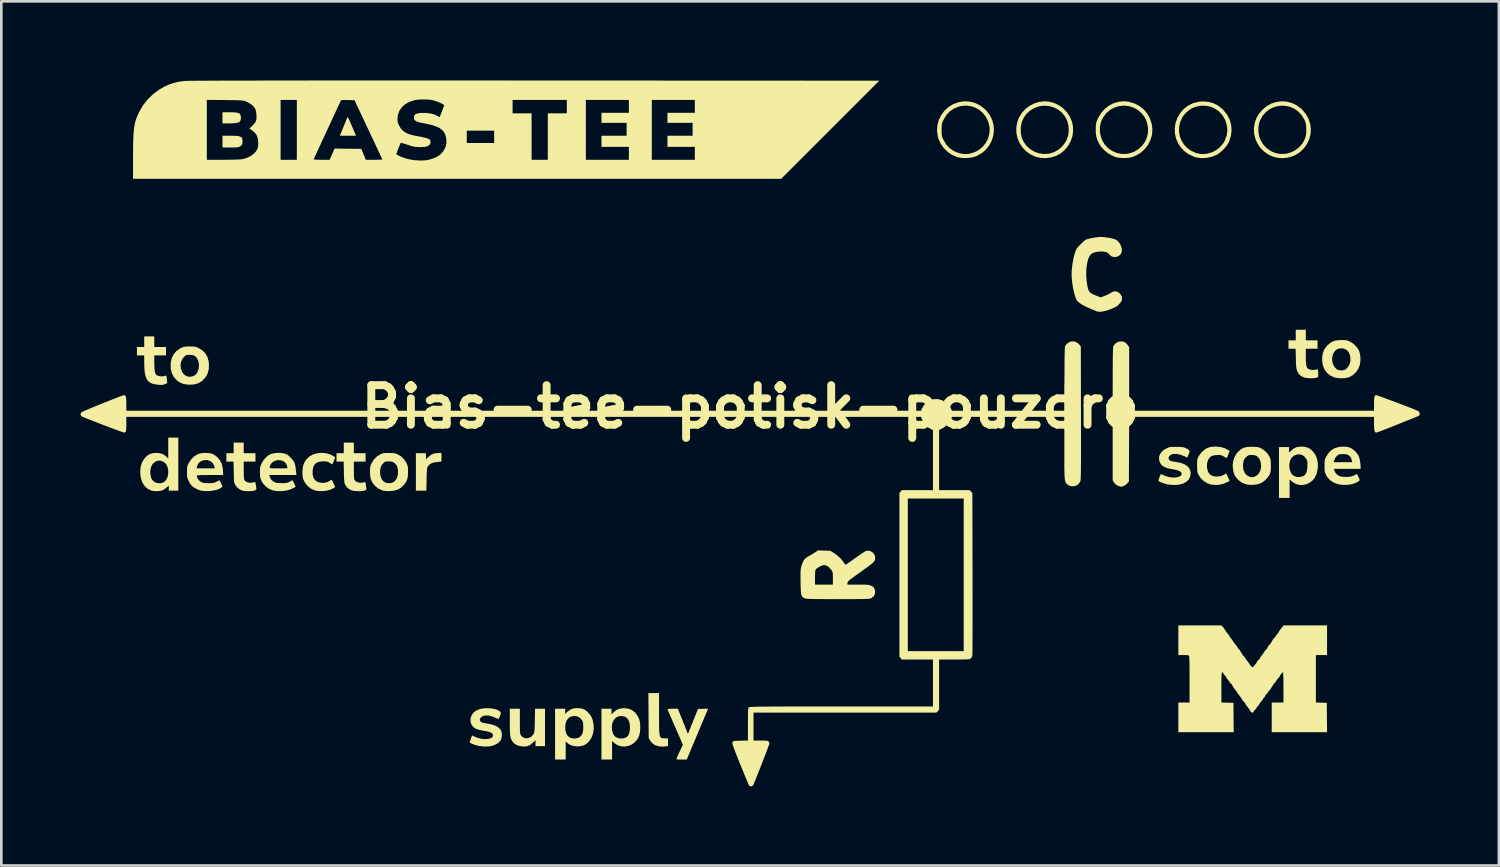
<source format=kicad_pcb>
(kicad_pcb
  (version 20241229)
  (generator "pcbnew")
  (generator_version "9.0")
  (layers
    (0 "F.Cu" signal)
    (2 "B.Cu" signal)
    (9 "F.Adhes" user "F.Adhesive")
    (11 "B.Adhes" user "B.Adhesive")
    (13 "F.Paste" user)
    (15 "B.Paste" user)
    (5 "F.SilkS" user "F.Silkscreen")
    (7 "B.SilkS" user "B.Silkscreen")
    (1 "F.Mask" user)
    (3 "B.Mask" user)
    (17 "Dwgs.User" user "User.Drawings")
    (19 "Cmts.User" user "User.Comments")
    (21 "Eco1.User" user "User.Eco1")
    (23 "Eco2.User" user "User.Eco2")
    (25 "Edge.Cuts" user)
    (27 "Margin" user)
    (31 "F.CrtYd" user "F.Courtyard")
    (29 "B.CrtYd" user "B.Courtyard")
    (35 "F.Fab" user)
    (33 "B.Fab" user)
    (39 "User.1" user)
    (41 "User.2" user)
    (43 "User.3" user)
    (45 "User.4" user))
  (footprint "Bias-tee-potisk-pouzdro"
    (layer "F.Cu")
    (at 25.379 12.368)
    (property "Reference" "Bias-tee-potisk-pouzdro" (at 0 0 0) (layer "F.SilkS") (effects (font (size 1.5 1.5) (thickness 0.3))))
    (attr board_only exclude_from_pos_files exclude_from_bom)
    (fp_poly (pts (xy -19.588 -11.162) (xy -19.477 -11.153) (xy -19.397 -11.135) (xy -19.345 -11.106) (xy -19.315 -11.062) (xy -19.302 -11.003) (xy -19.3 -10.948) (xy -19.306 -10.881) (xy -19.326 -10.829) (xy -19.365 -10.792) (xy -19.428 -10.766) (xy -19.52 -10.751) (xy -19.646 -10.743) (xy -19.77 -10.741) (xy -19.998 -10.74) (xy -19.998 -10.952) (xy -19.998 -11.164) (xy -19.736 -11.164)) (stroke (width 0) (type solid)) (fill yes) (layer "F.SilkS"))
    (fp_poly (pts (xy -19.539 -10.272) (xy -19.423 -10.264) (xy -19.339 -10.246) (xy -19.284 -10.218) (xy -19.252 -10.174) (xy -19.238 -10.114) (xy -19.238 -10.035) (xy -19.239 -10.019) (xy -19.249 -9.954) (xy -19.276 -9.911) (xy -19.318 -9.878) (xy -19.349 -9.859) (xy -19.383 -9.845) (xy -19.426 -9.837) (xy -19.487 -9.832) (xy -19.574 -9.83) (xy -19.694 -9.83) (xy -19.998 -9.83) (xy -19.998 -10.052) (xy -19.998 -10.274) (xy -19.693 -10.274)) (stroke (width 0) (type solid)) (fill yes) (layer "F.SilkS"))
    (fp_poly (pts (xy -15.244 -10.971) (xy -15.229 -10.944) (xy -15.206 -10.897) (xy -15.174 -10.826) (xy -15.131 -10.728) (xy -15.075 -10.598) (xy -15.005 -10.434) (xy -14.998 -10.417) (xy -14.937 -10.274) (xy -15.243 -10.274) (xy -15.548 -10.274) (xy -15.53 -10.322) (xy -15.51 -10.373) (xy -15.48 -10.448) (xy -15.442 -10.54) (xy -15.401 -10.64) (xy -15.36 -10.74) (xy -15.322 -10.832) (xy -15.29 -10.909) (xy -15.267 -10.961) (xy -15.258 -10.981) (xy -15.253 -10.982)) (stroke (width 0) (type solid)) (fill yes) (layer "F.SilkS"))
    (fp_poly (pts (xy -3.453 11.631) (xy -3.453 11.854) (xy -3.452 12.038) (xy -3.45 12.187) (xy -3.445 12.305) (xy -3.436 12.395) (xy -3.424 12.461) (xy -3.405 12.507) (xy -3.381 12.537) (xy -3.349 12.553) (xy -3.309 12.56) (xy -3.26 12.562) (xy -3.218 12.562) (xy -3.114 12.562) (xy -3.114 12.708) (xy -3.114 12.853) (xy -3.194 12.866) (xy -3.312 12.877) (xy -3.435 12.867) (xy -3.492 12.857) (xy -3.621 12.813) (xy -3.724 12.735) (xy -3.787 12.65) (xy -3.845 12.552) (xy -3.851 11.699) (xy -3.857 10.846) (xy -3.655 10.846) (xy -3.453 10.846)) (stroke (width 0) (type solid)) (fill yes) (layer "F.SilkS"))
    (fp_poly (pts (xy -1.999 12.402) (xy -2.404 13.366) (xy -2.603 13.367) (xy -2.695 13.366) (xy -2.753 13.363) (xy -2.783 13.356) (xy -2.793 13.344) (xy -2.791 13.33) (xy -2.778 13.298) (xy -2.75 13.235) (xy -2.713 13.152) (xy -2.668 13.057) (xy -2.665 13.05) (xy -2.549 12.806) (xy -2.841 12.139) (xy -2.91 11.981) (xy -2.973 11.836) (xy -3.028 11.708) (xy -3.074 11.601) (xy -3.108 11.521) (xy -3.128 11.47) (xy -3.134 11.455) (xy -3.115 11.449) (xy -3.063 11.443) (xy -2.987 11.44) (xy -2.938 11.44) (xy -2.741 11.44) (xy -2.549 11.919) (xy -2.358 12.398) (xy -2.168 11.924) (xy -1.978 11.45) (xy -1.786 11.444) (xy -1.593 11.438)) (stroke (width 0) (type solid)) (fill yes) (layer "F.SilkS"))
    (fp_poly (pts (xy -11.698 1.912) (xy -11.697 1.989) (xy -11.7 2.047) (xy -11.707 2.076) (xy -11.709 2.077) (xy -11.856 2.09) (xy -11.968 2.106) (xy -12.053 2.129) (xy -12.119 2.162) (xy -12.171 2.206) (xy -12.211 2.253) (xy -12.226 2.276) (xy -12.237 2.304) (xy -12.245 2.342) (xy -12.251 2.399) (xy -12.256 2.478) (xy -12.259 2.587) (xy -12.262 2.732) (xy -12.262 2.744) (xy -12.271 3.178) (xy -12.469 3.178) (xy -12.668 3.178) (xy -12.668 2.468) (xy -12.668 1.758) (xy -12.478 1.758) (xy -12.287 1.758) (xy -12.287 1.874) (xy -12.287 1.99) (xy -12.195 1.898) (xy -12.098 1.819) (xy -11.992 1.772) (xy -11.864 1.752) (xy -11.822 1.75) (xy -11.704 1.748)) (stroke (width 0) (type solid)) (fill yes) (layer "F.SilkS"))
    (fp_poly (pts (xy -22.582 -2.468) (xy -22.582 -2.267) (xy -22.36 -2.267) (xy -22.138 -2.267) (xy -22.138 -2.108) (xy -22.138 -1.949) (xy -22.36 -1.949) (xy -22.582 -1.949) (xy -22.582 -1.689) (xy -22.579 -1.532) (xy -22.571 -1.411) (xy -22.558 -1.322) (xy -22.538 -1.26) (xy -22.51 -1.218) (xy -22.496 -1.206) (xy -22.426 -1.173) (xy -22.336 -1.156) (xy -22.245 -1.158) (xy -22.202 -1.168) (xy -22.155 -1.182) (xy -22.129 -1.184) (xy -22.128 -1.183) (xy -22.122 -1.16) (xy -22.114 -1.106) (xy -22.106 -1.038) (xy -22.091 -0.899) (xy -22.168 -0.863) (xy -22.229 -0.841) (xy -22.298 -0.831) (xy -22.387 -0.833) (xy -22.505 -0.846) (xy -22.526 -0.849) (xy -22.644 -0.875) (xy -22.741 -0.916) (xy -22.817 -0.977) (xy -22.875 -1.06) (xy -22.916 -1.17) (xy -22.944 -1.311) (xy -22.959 -1.486) (xy -22.963 -1.689) (xy -22.964 -1.949) (xy -23.102 -1.949) (xy -23.239 -1.949) (xy -23.239 -2.108) (xy -23.239 -2.267) (xy -23.102 -2.267) (xy -22.964 -2.267) (xy -22.964 -2.468) (xy -22.964 -2.669) (xy -22.773 -2.669) (xy -22.582 -2.669)) (stroke (width 0) (type solid)) (fill yes) (layer "F.SilkS"))
    (fp_poly (pts (xy -8.728 11.911) (xy -8.728 12.066) (xy -8.726 12.184) (xy -8.724 12.272) (xy -8.72 12.336) (xy -8.713 12.381) (xy -8.704 12.414) (xy -8.692 12.44) (xy -8.685 12.452) (xy -8.623 12.518) (xy -8.541 12.554) (xy -8.45 12.56) (xy -8.36 12.537) (xy -8.278 12.487) (xy -8.216 12.41) (xy -8.214 12.406) (xy -8.198 12.373) (xy -8.186 12.339) (xy -8.177 12.295) (xy -8.171 12.237) (xy -8.166 12.156) (xy -8.163 12.047) (xy -8.16 11.904) (xy -8.16 11.879) (xy -8.152 11.44) (xy -7.963 11.44) (xy -7.775 11.44) (xy -7.775 12.149) (xy -7.775 12.859) (xy -7.955 12.859) (xy -8.135 12.859) (xy -8.135 12.747) (xy -8.135 12.634) (xy -8.24 12.733) (xy -8.336 12.81) (xy -8.432 12.856) (xy -8.538 12.873) (xy -8.666 12.865) (xy -8.709 12.859) (xy -8.838 12.822) (xy -8.938 12.761) (xy -8.991 12.704) (xy -9.026 12.655) (xy -9.054 12.606) (xy -9.074 12.551) (xy -9.089 12.485) (xy -9.099 12.401) (xy -9.105 12.293) (xy -9.108 12.157) (xy -9.109 11.985) (xy -9.109 11.945) (xy -9.109 11.44) (xy -8.919 11.44) (xy -8.728 11.44)) (stroke (width 0) (type solid)) (fill yes) (layer "F.SilkS"))
    (fp_poly (pts (xy -16.076 1.757) (xy -15.92 1.801) (xy -15.791 1.869) (xy -15.725 1.914) (xy -15.777 2.043) (xy -15.804 2.109) (xy -15.826 2.158) (xy -15.835 2.178) (xy -15.855 2.172) (xy -15.898 2.147) (xy -15.932 2.125) (xy -15.986 2.093) (xy -16.036 2.075) (xy -16.099 2.067) (xy -16.183 2.065) (xy -16.322 2.078) (xy -16.429 2.115) (xy -16.506 2.182) (xy -16.555 2.279) (xy -16.581 2.409) (xy -16.582 2.424) (xy -16.58 2.573) (xy -16.546 2.693) (xy -16.483 2.784) (xy -16.39 2.846) (xy -16.267 2.877) (xy -16.191 2.881) (xy -16.097 2.874) (xy -16.017 2.848) (xy -15.962 2.82) (xy -15.856 2.759) (xy -15.791 2.899) (xy -15.726 3.04) (xy -15.781 3.077) (xy -15.892 3.133) (xy -16.03 3.172) (xy -16.181 3.193) (xy -16.333 3.193) (xy -16.472 3.173) (xy -16.519 3.159) (xy -16.665 3.088) (xy -16.788 2.982) (xy -16.857 2.894) (xy -16.91 2.806) (xy -16.943 2.718) (xy -16.962 2.619) (xy -16.968 2.494) (xy -16.969 2.465) (xy -16.954 2.287) (xy -16.909 2.135) (xy -16.832 2.006) (xy -16.72 1.895) (xy -16.693 1.874) (xy -16.56 1.802) (xy -16.406 1.758) (xy -16.242 1.743)) (stroke (width 0) (type solid)) (fill yes) (layer "F.SilkS"))
    (fp_poly (pts (xy -19.193 1.557) (xy -19.193 1.758) (xy -18.971 1.758) (xy -18.748 1.758) (xy -18.748 1.917) (xy -18.748 2.076) (xy -18.971 2.076) (xy -19.193 2.076) (xy -19.193 2.392) (xy -19.192 2.508) (xy -19.188 2.613) (xy -19.183 2.696) (xy -19.176 2.751) (xy -19.173 2.762) (xy -19.131 2.817) (xy -19.06 2.856) (xy -18.972 2.877) (xy -18.878 2.876) (xy -18.789 2.852) (xy -18.787 2.852) (xy -18.764 2.849) (xy -18.749 2.873) (xy -18.739 2.927) (xy -18.727 2.999) (xy -18.716 3.064) (xy -18.714 3.076) (xy -18.713 3.119) (xy -18.739 3.15) (xy -18.767 3.166) (xy -18.824 3.183) (xy -18.909 3.193) (xy -19.01 3.197) (xy -19.112 3.194) (xy -19.202 3.184) (xy -19.228 3.179) (xy -19.346 3.13) (xy -19.448 3.047) (xy -19.506 2.969) (xy -19.526 2.933) (xy -19.541 2.9) (xy -19.552 2.862) (xy -19.559 2.812) (xy -19.564 2.744) (xy -19.567 2.649) (xy -19.57 2.522) (xy -19.571 2.473) (xy -19.578 2.076) (xy -19.714 2.076) (xy -19.85 2.076) (xy -19.85 1.917) (xy -19.85 1.758) (xy -19.712 1.758) (xy -19.574 1.758) (xy -19.574 1.557) (xy -19.574 1.356) (xy -19.384 1.356) (xy -19.193 1.356)) (stroke (width 0) (type solid)) (fill yes) (layer "F.SilkS"))
    (fp_poly (pts (xy -15.02 1.557) (xy -15.02 1.758) (xy -14.797 1.758) (xy -14.575 1.758) (xy -14.575 1.917) (xy -14.575 2.076) (xy -14.797 2.076) (xy -15.02 2.076) (xy -15.02 2.392) (xy -15.018 2.508) (xy -15.015 2.613) (xy -15.009 2.696) (xy -15.002 2.751) (xy -14.999 2.762) (xy -14.958 2.817) (xy -14.887 2.856) (xy -14.799 2.877) (xy -14.705 2.876) (xy -14.616 2.852) (xy -14.614 2.852) (xy -14.593 2.849) (xy -14.579 2.87) (xy -14.568 2.922) (xy -14.565 2.948) (xy -14.555 3.019) (xy -14.545 3.077) (xy -14.54 3.097) (xy -14.549 3.136) (xy -14.594 3.167) (xy -14.673 3.187) (xy -14.781 3.196) (xy -14.823 3.197) (xy -14.912 3.194) (xy -14.992 3.188) (xy -15.048 3.18) (xy -15.051 3.179) (xy -15.173 3.135) (xy -15.266 3.066) (xy -15.34 2.963) (xy -15.35 2.945) (xy -15.365 2.912) (xy -15.376 2.871) (xy -15.383 2.815) (xy -15.389 2.737) (xy -15.394 2.631) (xy -15.397 2.491) (xy -15.397 2.473) (xy -15.405 2.076) (xy -15.541 2.076) (xy -15.676 2.076) (xy -15.676 1.917) (xy -15.676 1.758) (xy -15.539 1.758) (xy -15.401 1.758) (xy -15.401 1.557) (xy -15.401 1.356) (xy -15.21 1.356) (xy -15.02 1.356)) (stroke (width 0) (type solid)) (fill yes) (layer "F.SilkS"))
    (fp_poly (pts (xy 21.057 -2.722) (xy 21.057 -2.521) (xy 21.28 -2.521) (xy 21.502 -2.521) (xy 21.502 -2.362) (xy 21.502 -2.203) (xy 21.28 -2.203) (xy 21.057 -2.203) (xy 21.057 -1.912) (xy 21.059 -1.759) (xy 21.066 -1.643) (xy 21.078 -1.558) (xy 21.097 -1.498) (xy 21.125 -1.458) (xy 21.162 -1.43) (xy 21.163 -1.43) (xy 21.231 -1.409) (xy 21.315 -1.399) (xy 21.398 -1.403) (xy 21.46 -1.419) (xy 21.461 -1.42) (xy 21.488 -1.427) (xy 21.506 -1.411) (xy 21.519 -1.365) (xy 21.526 -1.285) (xy 21.529 -1.241) (xy 21.529 -1.176) (xy 21.519 -1.139) (xy 21.494 -1.115) (xy 21.481 -1.108) (xy 21.426 -1.093) (xy 21.343 -1.085) (xy 21.244 -1.083) (xy 21.143 -1.088) (xy 21.052 -1.099) (xy 21.001 -1.111) (xy 20.886 -1.161) (xy 20.803 -1.232) (xy 20.741 -1.333) (xy 20.739 -1.339) (xy 20.721 -1.385) (xy 20.707 -1.431) (xy 20.697 -1.486) (xy 20.691 -1.558) (xy 20.685 -1.654) (xy 20.681 -1.783) (xy 20.68 -1.827) (xy 20.671 -2.203) (xy 20.536 -2.203) (xy 20.401 -2.203) (xy 20.401 -2.362) (xy 20.401 -2.521) (xy 20.538 -2.521) (xy 20.676 -2.521) (xy 20.676 -2.722) (xy 20.676 -2.923) (xy 20.867 -2.923) (xy 21.057 -2.923)) (stroke (width 0) (type solid)) (fill yes) (layer "F.SilkS"))
    (fp_poly (pts (xy 17.717 1.509) (xy 17.866 1.532) (xy 18.001 1.574) (xy 18.095 1.624) (xy 18.172 1.677) (xy 18.116 1.81) (xy 18.061 1.944) (xy 17.948 1.88) (xy 17.885 1.847) (xy 17.834 1.829) (xy 17.778 1.823) (xy 17.701 1.825) (xy 17.676 1.827) (xy 17.562 1.84) (xy 17.48 1.868) (xy 17.418 1.916) (xy 17.367 1.99) (xy 17.355 2.013) (xy 17.317 2.128) (xy 17.308 2.255) (xy 17.326 2.381) (xy 17.371 2.493) (xy 17.404 2.54) (xy 17.477 2.597) (xy 17.576 2.631) (xy 17.688 2.643) (xy 17.803 2.632) (xy 17.909 2.598) (xy 17.955 2.572) (xy 18.003 2.541) (xy 18.035 2.526) (xy 18.04 2.526) (xy 18.052 2.548) (xy 18.076 2.598) (xy 18.108 2.665) (xy 18.11 2.67) (xy 18.172 2.807) (xy 18.096 2.846) (xy 17.91 2.924) (xy 17.724 2.96) (xy 17.534 2.955) (xy 17.463 2.944) (xy 17.323 2.896) (xy 17.191 2.813) (xy 17.076 2.703) (xy 16.989 2.573) (xy 16.984 2.564) (xy 16.963 2.515) (xy 16.949 2.465) (xy 16.941 2.402) (xy 16.938 2.316) (xy 16.937 2.224) (xy 16.938 2.117) (xy 16.941 2.041) (xy 16.949 1.986) (xy 16.963 1.94) (xy 16.986 1.893) (xy 16.999 1.868) (xy 17.102 1.726) (xy 17.234 1.611) (xy 17.312 1.565) (xy 17.428 1.524) (xy 17.567 1.506)) (stroke (width 0) (type solid)) (fill yes) (layer "F.SilkS"))
    (fp_poly (pts (xy -4.619 11.436) (xy -4.484 11.489) (xy -4.369 11.578) (xy -4.316 11.641) (xy -4.245 11.751) (xy -4.198 11.863) (xy -4.172 11.987) (xy -4.165 12.138) (xy -4.165 12.16) (xy -4.176 12.327) (xy -4.208 12.465) (xy -4.264 12.582) (xy -4.346 12.686) (xy -4.348 12.687) (xy -4.466 12.783) (xy -4.6 12.845) (xy -4.741 12.873) (xy -4.883 12.866) (xy -5.017 12.825) (xy -5.138 12.749) (xy -5.149 12.739) (xy -5.233 12.663) (xy -5.233 13.015) (xy -5.233 13.367) (xy -5.434 13.367) (xy -5.635 13.367) (xy -5.635 12.403) (xy -5.635 12.153) (xy -5.242 12.153) (xy -5.229 12.275) (xy -5.195 12.385) (xy -5.144 12.471) (xy -5.118 12.497) (xy -5.026 12.548) (xy -4.916 12.57) (xy -4.8 12.562) (xy -4.696 12.527) (xy -4.63 12.469) (xy -4.584 12.376) (xy -4.56 12.247) (xy -4.555 12.148) (xy -4.568 11.995) (xy -4.607 11.876) (xy -4.672 11.789) (xy -4.764 11.735) (xy -4.881 11.715) (xy -4.895 11.715) (xy -5.009 11.734) (xy -5.104 11.79) (xy -5.177 11.878) (xy -5.225 11.996) (xy -5.232 12.03) (xy -5.242 12.153) (xy -5.635 12.153) (xy -5.635 11.44) (xy -5.444 11.44) (xy -5.254 11.44) (xy -5.254 11.546) (xy -5.254 11.653) (xy -5.176 11.575) (xy -5.074 11.492) (xy -4.962 11.442) (xy -4.829 11.42) (xy -4.776 11.419)) (stroke (width 0) (type solid)) (fill yes) (layer "F.SilkS"))
    (fp_poly (pts (xy 20.935 1.508) (xy 21.061 1.525) (xy 21.161 1.559) (xy 21.25 1.617) (xy 21.309 1.671) (xy 21.41 1.801) (xy 21.478 1.954) (xy 21.512 2.124) (xy 21.513 2.306) (xy 21.478 2.495) (xy 21.459 2.557) (xy 21.394 2.691) (xy 21.301 2.8) (xy 21.188 2.884) (xy 21.061 2.939) (xy 20.926 2.963) (xy 20.79 2.956) (xy 20.66 2.914) (xy 20.541 2.837) (xy 20.539 2.835) (xy 20.443 2.75) (xy 20.443 3.102) (xy 20.443 3.453) (xy 20.242 3.453) (xy 20.04 3.453) (xy 20.04 2.489) (xy 20.04 2.264) (xy 20.431 2.264) (xy 20.45 2.388) (xy 20.493 2.498) (xy 20.555 2.58) (xy 20.642 2.635) (xy 20.749 2.66) (xy 20.864 2.654) (xy 20.972 2.616) (xy 21.031 2.573) (xy 21.073 2.508) (xy 21.1 2.417) (xy 21.114 2.292) (xy 21.116 2.256) (xy 21.119 2.16) (xy 21.116 2.093) (xy 21.106 2.042) (xy 21.086 1.994) (xy 21.074 1.972) (xy 21.005 1.882) (xy 20.915 1.824) (xy 20.813 1.799) (xy 20.708 1.808) (xy 20.607 1.851) (xy 20.521 1.927) (xy 20.466 2.022) (xy 20.436 2.138) (xy 20.431 2.264) (xy 20.04 2.264) (xy 20.04 1.525) (xy 20.231 1.525) (xy 20.422 1.525) (xy 20.422 1.631) (xy 20.422 1.737) (xy 20.508 1.654) (xy 20.61 1.572) (xy 20.72 1.525) (xy 20.848 1.507)) (stroke (width 0) (type solid)) (fill yes) (layer "F.SilkS"))
    (fp_poly (pts (xy -21.672 2.171) (xy -21.672 3.178) (xy -21.852 3.178) (xy -22.032 3.178) (xy -22.032 3.081) (xy -22.032 2.983) (xy -22.126 3.066) (xy -22.194 3.117) (xy -22.265 3.159) (xy -22.303 3.174) (xy -22.39 3.19) (xy -22.495 3.196) (xy -22.599 3.192) (xy -22.685 3.177) (xy -22.699 3.173) (xy -22.837 3.102) (xy -22.949 3) (xy -23.034 2.868) (xy -23.089 2.708) (xy -23.114 2.524) (xy -23.115 2.469) (xy -23.111 2.417) (xy -22.732 2.417) (xy -22.73 2.554) (xy -22.7 2.686) (xy -22.678 2.74) (xy -22.621 2.813) (xy -22.538 2.865) (xy -22.44 2.894) (xy -22.337 2.895) (xy -22.242 2.868) (xy -22.205 2.846) (xy -22.132 2.769) (xy -22.082 2.665) (xy -22.056 2.545) (xy -22.053 2.42) (xy -22.074 2.299) (xy -22.121 2.192) (xy -22.154 2.148) (xy -22.242 2.076) (xy -22.342 2.04) (xy -22.446 2.041) (xy -22.545 2.077) (xy -22.631 2.149) (xy -22.656 2.181) (xy -22.707 2.288) (xy -22.732 2.417) (xy -23.111 2.417) (xy -23.101 2.288) (xy -23.058 2.133) (xy -22.984 1.997) (xy -22.935 1.935) (xy -22.843 1.845) (xy -22.75 1.788) (xy -22.642 1.757) (xy -22.508 1.748) (xy -22.385 1.755) (xy -22.289 1.778) (xy -22.206 1.822) (xy -22.122 1.892) (xy -22.053 1.957) (xy -22.053 1.561) (xy -22.053 1.165) (xy -21.862 1.165) (xy -21.672 1.165)) (stroke (width 0) (type solid)) (fill yes) (layer "F.SilkS"))
    (fp_poly (pts (xy 22.505 -2.53) (xy 22.578 -2.525) (xy 22.636 -2.513) (xy 22.691 -2.493) (xy 22.734 -2.473) (xy 22.856 -2.395) (xy 22.965 -2.29) (xy 23.05 -2.172) (xy 23.073 -2.126) (xy 23.11 -2.004) (xy 23.128 -1.861) (xy 23.124 -1.712) (xy 23.104 -1.591) (xy 23.046 -1.441) (xy 22.956 -1.31) (xy 22.841 -1.203) (xy 22.708 -1.129) (xy 22.66 -1.112) (xy 22.54 -1.089) (xy 22.4 -1.082) (xy 22.261 -1.091) (xy 22.139 -1.115) (xy 22.121 -1.121) (xy 21.973 -1.193) (xy 21.852 -1.295) (xy 21.761 -1.425) (xy 21.702 -1.579) (xy 21.675 -1.755) (xy 21.676 -1.859) (xy 22.056 -1.859) (xy 22.057 -1.74) (xy 22.085 -1.625) (xy 22.14 -1.521) (xy 22.164 -1.491) (xy 22.226 -1.429) (xy 22.285 -1.395) (xy 22.358 -1.383) (xy 22.432 -1.384) (xy 22.504 -1.392) (xy 22.554 -1.412) (xy 22.601 -1.451) (xy 22.627 -1.477) (xy 22.705 -1.589) (xy 22.745 -1.716) (xy 22.747 -1.86) (xy 22.728 -1.962) (xy 22.681 -2.073) (xy 22.606 -2.155) (xy 22.509 -2.205) (xy 22.396 -2.22) (xy 22.282 -2.2) (xy 22.193 -2.151) (xy 22.125 -2.072) (xy 22.079 -1.972) (xy 22.056 -1.859) (xy 21.676 -1.859) (xy 21.676 -1.874) (xy 21.704 -2.044) (xy 21.765 -2.19) (xy 21.86 -2.315) (xy 21.886 -2.342) (xy 21.984 -2.423) (xy 22.077 -2.479) (xy 22.179 -2.512) (xy 22.302 -2.528) (xy 22.402 -2.531)) (stroke (width 0) (type solid)) (fill yes) (layer "F.SilkS"))
    (fp_poly (pts (xy -6.438 11.424) (xy -6.34 11.445) (xy -6.258 11.485) (xy -6.176 11.551) (xy -6.141 11.586) (xy -6.068 11.667) (xy -6.019 11.742) (xy -5.982 11.83) (xy -5.975 11.851) (xy -5.934 12.029) (xy -5.928 12.208) (xy -5.955 12.381) (xy -6.014 12.539) (xy -6.103 12.675) (xy -6.114 12.687) (xy -6.212 12.777) (xy -6.321 12.834) (xy -6.45 12.863) (xy -6.556 12.868) (xy -6.713 12.85) (xy -6.849 12.796) (xy -6.943 12.726) (xy -6.991 12.682) (xy -6.991 13.025) (xy -6.991 13.367) (xy -7.192 13.367) (xy -7.393 13.367) (xy -7.393 12.403) (xy -7.393 12.087) (xy -7.007 12.087) (xy -7.005 12.234) (xy -6.976 12.361) (xy -6.922 12.462) (xy -6.92 12.464) (xy -6.844 12.528) (xy -6.745 12.563) (xy -6.636 12.57) (xy -6.526 12.547) (xy -6.472 12.523) (xy -6.403 12.465) (xy -6.356 12.378) (xy -6.33 12.26) (xy -6.324 12.139) (xy -6.326 12.039) (xy -6.334 11.969) (xy -6.351 11.915) (xy -6.367 11.884) (xy -6.443 11.791) (xy -6.541 11.734) (xy -6.658 11.715) (xy -6.66 11.715) (xy -6.78 11.733) (xy -6.876 11.785) (xy -6.947 11.871) (xy -6.992 11.989) (xy -7.007 12.087) (xy -7.393 12.087) (xy -7.393 11.44) (xy -7.203 11.44) (xy -7.012 11.44) (xy -7.012 11.537) (xy -7.012 11.635) (xy -6.925 11.556) (xy -6.826 11.481) (xy -6.727 11.437) (xy -6.612 11.42) (xy -6.563 11.418)) (stroke (width 0) (type solid)) (fill yes) (layer "F.SilkS"))
    (fp_poly (pts (xy -21.134 -2.287) (xy -21.061 -2.282) (xy -21.004 -2.27) (xy -20.949 -2.25) (xy -20.893 -2.224) (xy -20.748 -2.131) (xy -20.638 -2.016) (xy -20.563 -1.877) (xy -20.52 -1.712) (xy -20.511 -1.619) (xy -20.517 -1.433) (xy -20.557 -1.271) (xy -20.632 -1.129) (xy -20.745 -1.004) (xy -20.799 -0.96) (xy -20.923 -0.891) (xy -21.073 -0.85) (xy -21.245 -0.839) (xy -21.375 -0.849) (xy -21.505 -0.876) (xy -21.615 -0.923) (xy -21.721 -1) (xy -21.739 -1.016) (xy -21.847 -1.138) (xy -21.92 -1.284) (xy -21.958 -1.454) (xy -21.96 -1.472) (xy -21.96 -1.565) (xy -21.587 -1.565) (xy -21.573 -1.448) (xy -21.535 -1.339) (xy -21.474 -1.247) (xy -21.39 -1.179) (xy -21.301 -1.144) (xy -21.204 -1.141) (xy -21.103 -1.166) (xy -21.049 -1.194) (xy -20.976 -1.265) (xy -20.925 -1.363) (xy -20.896 -1.478) (xy -20.89 -1.601) (xy -20.909 -1.721) (xy -20.953 -1.827) (xy -20.977 -1.864) (xy -21.031 -1.919) (xy -21.094 -1.952) (xy -21.179 -1.967) (xy -21.245 -1.969) (xy -21.321 -1.968) (xy -21.37 -1.959) (xy -21.41 -1.937) (xy -21.455 -1.895) (xy -21.46 -1.89) (xy -21.531 -1.793) (xy -21.573 -1.682) (xy -21.587 -1.565) (xy -21.96 -1.565) (xy -21.96 -1.664) (xy -21.924 -1.835) (xy -21.853 -1.984) (xy -21.748 -2.11) (xy -21.61 -2.21) (xy -21.555 -2.238) (xy -21.496 -2.262) (xy -21.437 -2.277) (xy -21.365 -2.285) (xy -21.267 -2.288) (xy -21.235 -2.288)) (stroke (width 0) (type solid)) (fill yes) (layer "F.SilkS"))
    (fp_poly (pts (xy 11.318 -11.568) (xy 11.516 -11.517) (xy 11.7 -11.43) (xy 11.864 -11.311) (xy 12.004 -11.164) (xy 12.115 -10.994) (xy 12.194 -10.806) (xy 12.23 -10.644) (xy 12.239 -10.442) (xy 12.208 -10.242) (xy 12.14 -10.05) (xy 12.038 -9.874) (xy 11.904 -9.719) (xy 11.755 -9.598) (xy 11.583 -9.507) (xy 11.392 -9.449) (xy 11.193 -9.424) (xy 10.995 -9.435) (xy 10.825 -9.475) (xy 10.633 -9.562) (xy 10.466 -9.679) (xy 10.325 -9.823) (xy 10.214 -9.988) (xy 10.135 -10.17) (xy 10.091 -10.365) (xy 10.084 -10.567) (xy 10.085 -10.575) (xy 10.253 -10.575) (xy 10.257 -10.369) (xy 10.257 -10.364) (xy 10.298 -10.186) (xy 10.375 -10.024) (xy 10.482 -9.882) (xy 10.615 -9.764) (xy 10.769 -9.672) (xy 10.938 -9.61) (xy 11.119 -9.582) (xy 11.307 -9.592) (xy 11.336 -9.597) (xy 11.513 -9.651) (xy 11.677 -9.742) (xy 11.82 -9.865) (xy 11.938 -10.016) (xy 11.996 -10.121) (xy 12.054 -10.292) (xy 12.075 -10.475) (xy 12.062 -10.661) (xy 12.013 -10.841) (xy 11.936 -10.997) (xy 11.819 -11.144) (xy 11.677 -11.261) (xy 11.516 -11.346) (xy 11.34 -11.397) (xy 11.157 -11.414) (xy 10.972 -11.394) (xy 10.792 -11.335) (xy 10.77 -11.326) (xy 10.601 -11.223) (xy 10.462 -11.094) (xy 10.357 -10.941) (xy 10.286 -10.767) (xy 10.253 -10.575) (xy 10.085 -10.575) (xy 10.116 -10.771) (xy 10.116 -10.771) (xy 10.187 -10.962) (xy 10.291 -11.132) (xy 10.424 -11.281) (xy 10.582 -11.403) (xy 10.757 -11.495) (xy 10.947 -11.555) (xy 11.145 -11.579)) (stroke (width 0) (type solid)) (fill yes) (layer "F.SilkS"))
    (fp_poly (pts (xy -13.573 1.751) (xy -13.492 1.757) (xy -13.429 1.77) (xy -13.374 1.791) (xy -13.367 1.794) (xy -13.223 1.883) (xy -13.103 2.005) (xy -13.03 2.122) (xy -13 2.186) (xy -12.981 2.24) (xy -12.97 2.297) (xy -12.966 2.371) (xy -12.966 2.466) (xy -12.971 2.606) (xy -12.989 2.717) (xy -13.022 2.81) (xy -13.075 2.897) (xy -13.13 2.966) (xy -13.237 3.067) (xy -13.358 3.137) (xy -13.5 3.178) (xy -13.652 3.193) (xy -13.779 3.192) (xy -13.882 3.181) (xy -13.932 3.17) (xy -14.076 3.105) (xy -14.202 3.008) (xy -14.255 2.952) (xy -14.326 2.856) (xy -14.372 2.751) (xy -14.399 2.627) (xy -14.407 2.474) (xy -14.407 2.466) (xy -14.027 2.466) (xy -14.012 2.615) (xy -13.967 2.735) (xy -13.893 2.825) (xy -13.829 2.868) (xy -13.738 2.894) (xy -13.635 2.892) (xy -13.538 2.864) (xy -13.499 2.842) (xy -13.45 2.794) (xy -13.403 2.728) (xy -13.388 2.7) (xy -13.36 2.612) (xy -13.347 2.507) (xy -13.348 2.397) (xy -13.364 2.298) (xy -13.393 2.222) (xy -13.4 2.211) (xy -13.47 2.133) (xy -13.544 2.087) (xy -13.637 2.068) (xy -13.696 2.066) (xy -13.774 2.068) (xy -13.826 2.079) (xy -13.866 2.101) (xy -13.899 2.129) (xy -13.97 2.217) (xy -14.012 2.319) (xy -14.026 2.447) (xy -14.027 2.466) (xy -14.407 2.466) (xy -14.407 2.457) (xy -14.405 2.353) (xy -14.397 2.275) (xy -14.38 2.21) (xy -14.356 2.151) (xy -14.266 2.003) (xy -14.148 1.883) (xy -14.027 1.807) (xy -13.968 1.78) (xy -13.916 1.762) (xy -13.857 1.753) (xy -13.779 1.749) (xy -13.685 1.748)) (stroke (width 0) (type solid)) (fill yes) (layer "F.SilkS"))
    (fp_poly (pts (xy 19.12 1.516) (xy 19.196 1.52) (xy 19.254 1.529) (xy 19.306 1.546) (xy 19.363 1.572) (xy 19.366 1.574) (xy 19.502 1.663) (xy 19.616 1.784) (xy 19.688 1.904) (xy 19.709 1.957) (xy 19.723 2.014) (xy 19.73 2.086) (xy 19.733 2.185) (xy 19.733 2.235) (xy 19.732 2.345) (xy 19.727 2.424) (xy 19.717 2.483) (xy 19.7 2.533) (xy 19.686 2.564) (xy 19.609 2.682) (xy 19.506 2.79) (xy 19.39 2.874) (xy 19.349 2.895) (xy 19.237 2.932) (xy 19.102 2.953) (xy 18.961 2.958) (xy 18.831 2.945) (xy 18.799 2.937) (xy 18.652 2.882) (xy 18.526 2.794) (xy 18.465 2.734) (xy 18.396 2.649) (xy 18.35 2.566) (xy 18.318 2.468) (xy 18.303 2.405) (xy 18.286 2.236) (xy 18.675 2.236) (xy 18.691 2.378) (xy 18.736 2.495) (xy 18.81 2.583) (xy 18.883 2.628) (xy 18.953 2.657) (xy 19.007 2.667) (xy 19.065 2.659) (xy 19.109 2.648) (xy 19.203 2.601) (xy 19.28 2.521) (xy 19.333 2.415) (xy 19.36 2.292) (xy 19.362 2.243) (xy 19.349 2.103) (xy 19.309 1.99) (xy 19.243 1.904) (xy 19.196 1.864) (xy 19.149 1.841) (xy 19.086 1.83) (xy 19.039 1.826) (xy 18.958 1.824) (xy 18.902 1.833) (xy 18.854 1.855) (xy 18.833 1.868) (xy 18.752 1.944) (xy 18.701 2.045) (xy 18.677 2.176) (xy 18.675 2.236) (xy 18.286 2.236) (xy 18.285 2.228) (xy 18.304 2.056) (xy 18.357 1.897) (xy 18.443 1.758) (xy 18.495 1.7) (xy 18.582 1.623) (xy 18.664 1.57) (xy 18.754 1.537) (xy 18.862 1.52) (xy 19 1.515) (xy 19.013 1.515)) (stroke (width 0) (type solid)) (fill yes) (layer "F.SilkS"))
    (fp_poly (pts (xy 20.324 -11.568) (xy 20.515 -11.519) (xy 20.699 -11.433) (xy 20.869 -11.31) (xy 20.929 -11.254) (xy 21.064 -11.091) (xy 21.162 -10.913) (xy 21.223 -10.725) (xy 21.248 -10.532) (xy 21.237 -10.34) (xy 21.191 -10.152) (xy 21.11 -9.973) (xy 20.995 -9.808) (xy 20.846 -9.663) (xy 20.758 -9.598) (xy 20.584 -9.507) (xy 20.392 -9.448) (xy 20.191 -9.424) (xy 19.991 -9.436) (xy 19.824 -9.477) (xy 19.636 -9.562) (xy 19.472 -9.678) (xy 19.333 -9.82) (xy 19.222 -9.984) (xy 19.143 -10.165) (xy 19.098 -10.357) (xy 19.089 -10.555) (xy 19.094 -10.586) (xy 19.259 -10.586) (xy 19.261 -10.408) (xy 19.293 -10.235) (xy 19.336 -10.12) (xy 19.437 -9.95) (xy 19.566 -9.809) (xy 19.718 -9.7) (xy 19.888 -9.624) (xy 20.071 -9.585) (xy 20.263 -9.586) (xy 20.339 -9.597) (xy 20.504 -9.647) (xy 20.663 -9.73) (xy 20.805 -9.841) (xy 20.921 -9.97) (xy 20.96 -10.03) (xy 21.022 -10.157) (xy 21.06 -10.283) (xy 21.075 -10.424) (xy 21.074 -10.547) (xy 21.068 -10.652) (xy 21.057 -10.73) (xy 21.039 -10.797) (xy 21.008 -10.869) (xy 20.997 -10.893) (xy 20.897 -11.058) (xy 20.774 -11.19) (xy 20.633 -11.292) (xy 20.479 -11.363) (xy 20.315 -11.403) (xy 20.148 -11.414) (xy 19.982 -11.395) (xy 19.821 -11.347) (xy 19.671 -11.27) (xy 19.536 -11.165) (xy 19.421 -11.032) (xy 19.331 -10.872) (xy 19.288 -10.753) (xy 19.259 -10.586) (xy 19.094 -10.586) (xy 19.12 -10.752) (xy 19.181 -10.932) (xy 19.272 -11.092) (xy 19.397 -11.243) (xy 19.407 -11.253) (xy 19.569 -11.391) (xy 19.746 -11.491) (xy 19.934 -11.553) (xy 20.128 -11.579)) (stroke (width 0) (type solid)) (fill yes) (layer "F.SilkS"))
    (fp_poly (pts (xy 17.374 -11.556) (xy 17.556 -11.507) (xy 17.721 -11.423) (xy 17.878 -11.301) (xy 17.948 -11.231) (xy 18.078 -11.066) (xy 18.171 -10.884) (xy 18.226 -10.689) (xy 18.243 -10.487) (xy 18.221 -10.282) (xy 18.159 -10.078) (xy 18.118 -9.989) (xy 18.062 -9.902) (xy 17.981 -9.804) (xy 17.885 -9.707) (xy 17.787 -9.622) (xy 17.697 -9.559) (xy 17.678 -9.549) (xy 17.491 -9.475) (xy 17.293 -9.433) (xy 17.094 -9.425) (xy 16.903 -9.452) (xy 16.818 -9.477) (xy 16.627 -9.566) (xy 16.462 -9.684) (xy 16.324 -9.827) (xy 16.216 -9.99) (xy 16.139 -10.169) (xy 16.097 -10.359) (xy 16.094 -10.438) (xy 16.253 -10.438) (xy 16.282 -10.262) (xy 16.344 -10.095) (xy 16.437 -9.944) (xy 16.559 -9.812) (xy 16.707 -9.705) (xy 16.88 -9.627) (xy 16.957 -9.605) (xy 17.09 -9.581) (xy 17.217 -9.581) (xy 17.331 -9.597) (xy 17.513 -9.651) (xy 17.679 -9.74) (xy 17.822 -9.858) (xy 17.937 -10) (xy 17.988 -10.093) (xy 18.057 -10.281) (xy 18.084 -10.467) (xy 18.069 -10.652) (xy 18.013 -10.84) (xy 17.976 -10.923) (xy 17.875 -11.081) (xy 17.748 -11.211) (xy 17.598 -11.31) (xy 17.432 -11.378) (xy 17.254 -11.412) (xy 17.07 -11.411) (xy 16.886 -11.373) (xy 16.732 -11.311) (xy 16.638 -11.25) (xy 16.539 -11.165) (xy 16.449 -11.071) (xy 16.382 -10.979) (xy 16.382 -10.979) (xy 16.3 -10.802) (xy 16.258 -10.62) (xy 16.253 -10.438) (xy 16.094 -10.438) (xy 16.089 -10.556) (xy 16.119 -10.754) (xy 16.189 -10.949) (xy 16.196 -10.963) (xy 16.308 -11.148) (xy 16.447 -11.303) (xy 16.611 -11.425) (xy 16.794 -11.512) (xy 16.996 -11.562) (xy 17.17 -11.573)) (stroke (width 0) (type solid)) (fill yes) (layer "F.SilkS"))
    (fp_poly (pts (xy 16.154 1.516) (xy 16.269 1.517) (xy 16.351 1.522) (xy 16.413 1.531) (xy 16.463 1.545) (xy 16.506 1.564) (xy 16.588 1.607) (xy 16.636 1.645) (xy 16.652 1.687) (xy 16.642 1.742) (xy 16.616 1.804) (xy 16.562 1.924) (xy 16.425 1.86) (xy 16.298 1.812) (xy 16.172 1.786) (xy 16.058 1.783) (xy 15.966 1.804) (xy 15.955 1.81) (xy 15.888 1.86) (xy 15.856 1.919) (xy 15.862 1.981) (xy 15.866 1.99) (xy 15.893 2.025) (xy 15.936 2.051) (xy 16.003 2.069) (xy 16.102 2.084) (xy 16.12 2.087) (xy 16.305 2.12) (xy 16.455 2.174) (xy 16.569 2.247) (xy 16.647 2.34) (xy 16.687 2.45) (xy 16.693 2.52) (xy 16.674 2.645) (xy 16.62 2.752) (xy 16.533 2.838) (xy 16.418 2.903) (xy 16.276 2.945) (xy 16.111 2.963) (xy 15.928 2.954) (xy 15.801 2.934) (xy 15.719 2.913) (xy 15.63 2.883) (xy 15.548 2.851) (xy 15.487 2.82) (xy 15.47 2.808) (xy 15.472 2.787) (xy 15.486 2.74) (xy 15.507 2.68) (xy 15.53 2.62) (xy 15.551 2.571) (xy 15.565 2.548) (xy 15.567 2.547) (xy 15.737 2.622) (xy 15.905 2.667) (xy 16.063 2.681) (xy 16.172 2.67) (xy 16.268 2.642) (xy 16.326 2.606) (xy 16.35 2.558) (xy 16.35 2.524) (xy 16.328 2.475) (xy 16.271 2.433) (xy 16.177 2.399) (xy 16.045 2.37) (xy 15.994 2.362) (xy 15.831 2.329) (xy 15.706 2.284) (xy 15.614 2.226) (xy 15.559 2.163) (xy 15.505 2.049) (xy 15.492 1.934) (xy 15.517 1.823) (xy 15.58 1.72) (xy 15.678 1.632) (xy 15.761 1.583) (xy 15.822 1.554) (xy 15.872 1.535) (xy 15.923 1.523) (xy 15.986 1.517) (xy 16.071 1.516)) (stroke (width 0) (type solid)) (fill yes) (layer "F.SilkS"))
    (fp_poly (pts (xy 8.295 -11.572) (xy 8.491 -11.527) (xy 8.677 -11.443) (xy 8.849 -11.322) (xy 8.957 -11.218) (xy 9.086 -11.049) (xy 9.174 -10.867) (xy 9.224 -10.67) (xy 9.236 -10.497) (xy 9.216 -10.289) (xy 9.157 -10.093) (xy 9.064 -9.913) (xy 8.939 -9.755) (xy 8.785 -9.621) (xy 8.607 -9.518) (xy 8.478 -9.469) (xy 8.346 -9.441) (xy 8.194 -9.428) (xy 8.039 -9.432) (xy 7.898 -9.451) (xy 7.838 -9.467) (xy 7.649 -9.549) (xy 7.48 -9.665) (xy 7.334 -9.811) (xy 7.216 -9.98) (xy 7.133 -10.168) (xy 7.108 -10.255) (xy 7.081 -10.46) (xy 7.083 -10.498) (xy 7.256 -10.498) (xy 7.256 -10.392) (xy 7.261 -10.316) (xy 7.27 -10.257) (xy 7.287 -10.202) (xy 7.314 -10.14) (xy 7.323 -10.121) (xy 7.427 -9.948) (xy 7.558 -9.806) (xy 7.714 -9.696) (xy 7.893 -9.622) (xy 7.923 -9.614) (xy 8.049 -9.586) (xy 8.158 -9.578) (xy 8.271 -9.587) (xy 8.328 -9.597) (xy 8.51 -9.651) (xy 8.672 -9.739) (xy 8.812 -9.857) (xy 8.926 -9.999) (xy 9.011 -10.16) (xy 9.062 -10.336) (xy 9.076 -10.521) (xy 9.066 -10.634) (xy 9.017 -10.821) (xy 8.934 -10.988) (xy 8.823 -11.132) (xy 8.687 -11.249) (xy 8.533 -11.338) (xy 8.363 -11.395) (xy 8.183 -11.417) (xy 7.997 -11.401) (xy 7.899 -11.377) (xy 7.717 -11.302) (xy 7.565 -11.197) (xy 7.438 -11.061) (xy 7.334 -10.89) (xy 7.3 -10.818) (xy 7.277 -10.762) (xy 7.264 -10.708) (xy 7.258 -10.644) (xy 7.256 -10.558) (xy 7.256 -10.498) (xy 7.083 -10.498) (xy 7.093 -10.662) (xy 7.143 -10.856) (xy 7.228 -11.038) (xy 7.345 -11.202) (xy 7.492 -11.343) (xy 7.667 -11.456) (xy 7.69 -11.467) (xy 7.89 -11.543) (xy 8.093 -11.578)) (stroke (width 0) (type solid)) (fill yes) (layer "F.SilkS"))
    (fp_poly (pts (xy 14.334 -11.564) (xy 14.363 -11.558) (xy 14.574 -11.493) (xy 14.761 -11.395) (xy 14.922 -11.265) (xy 15.054 -11.106) (xy 15.154 -10.92) (xy 15.22 -10.71) (xy 15.223 -10.698) (xy 15.244 -10.499) (xy 15.226 -10.302) (xy 15.171 -10.114) (xy 15.082 -9.938) (xy 14.963 -9.779) (xy 14.816 -9.643) (xy 14.644 -9.534) (xy 14.494 -9.471) (xy 14.383 -9.445) (xy 14.248 -9.431) (xy 14.105 -9.429) (xy 13.971 -9.439) (xy 13.876 -9.457) (xy 13.713 -9.521) (xy 13.554 -9.616) (xy 13.409 -9.736) (xy 13.289 -9.87) (xy 13.223 -9.974) (xy 13.157 -10.115) (xy 13.116 -10.248) (xy 13.097 -10.389) (xy 13.096 -10.554) (xy 13.096 -10.564) (xy 13.099 -10.602) (xy 13.253 -10.602) (xy 13.253 -10.412) (xy 13.294 -10.221) (xy 13.344 -10.093) (xy 13.44 -9.935) (xy 13.566 -9.803) (xy 13.716 -9.698) (xy 13.885 -9.625) (xy 14.064 -9.586) (xy 14.25 -9.584) (xy 14.346 -9.599) (xy 14.53 -9.658) (xy 14.693 -9.75) (xy 14.832 -9.87) (xy 14.943 -10.013) (xy 15.023 -10.175) (xy 15.07 -10.351) (xy 15.08 -10.536) (xy 15.052 -10.726) (xy 15.052 -10.726) (xy 15 -10.88) (xy 14.928 -11.01) (xy 14.827 -11.133) (xy 14.683 -11.256) (xy 14.521 -11.344) (xy 14.347 -11.397) (xy 14.168 -11.416) (xy 13.988 -11.399) (xy 13.813 -11.347) (xy 13.651 -11.261) (xy 13.506 -11.14) (xy 13.482 -11.115) (xy 13.368 -10.958) (xy 13.291 -10.786) (xy 13.253 -10.602) (xy 13.099 -10.602) (xy 13.102 -10.668) (xy 13.111 -10.744) (xy 13.126 -10.807) (xy 13.152 -10.873) (xy 13.192 -10.957) (xy 13.193 -10.958) (xy 13.302 -11.136) (xy 13.438 -11.29) (xy 13.595 -11.414) (xy 13.767 -11.503) (xy 13.826 -11.523) (xy 14.005 -11.567) (xy 14.17 -11.58)) (stroke (width 0) (type solid)) (fill yes) (layer "F.SilkS"))
    (fp_poly (pts (xy -17.783 1.745) (xy -17.656 1.768) (xy -17.587 1.791) (xy -17.53 1.821) (xy -17.473 1.867) (xy -17.402 1.938) (xy -17.401 1.939) (xy -17.339 2.008) (xy -17.295 2.071) (xy -17.263 2.137) (xy -17.241 2.218) (xy -17.224 2.322) (xy -17.211 2.441) (xy -17.197 2.584) (xy -17.71 2.584) (xy -18.223 2.584) (xy -18.209 2.643) (xy -18.165 2.741) (xy -18.083 2.821) (xy -18.037 2.848) (xy -17.986 2.87) (xy -17.927 2.883) (xy -17.85 2.89) (xy -17.752 2.892) (xy -17.654 2.89) (xy -17.584 2.885) (xy -17.531 2.873) (xy -17.481 2.851) (xy -17.447 2.833) (xy -17.391 2.802) (xy -17.352 2.783) (xy -17.341 2.78) (xy -17.332 2.801) (xy -17.309 2.849) (xy -17.281 2.907) (xy -17.224 3.028) (xy -17.313 3.08) (xy -17.441 3.136) (xy -17.593 3.175) (xy -17.758 3.195) (xy -17.92 3.195) (xy -18.054 3.176) (xy -18.216 3.117) (xy -18.354 3.025) (xy -18.464 2.901) (xy -18.524 2.796) (xy -18.551 2.732) (xy -18.567 2.67) (xy -18.576 2.598) (xy -18.578 2.5) (xy -18.578 2.479) (xy -18.577 2.378) (xy -18.571 2.304) (xy -18.567 2.287) (xy -18.208 2.287) (xy -18.203 2.309) (xy -18.181 2.322) (xy -18.137 2.328) (xy -18.063 2.33) (xy -17.956 2.33) (xy -17.878 2.33) (xy -17.535 2.33) (xy -17.548 2.253) (xy -17.583 2.158) (xy -17.65 2.085) (xy -17.743 2.037) (xy -17.855 2.019) (xy -17.924 2.023) (xy -18.017 2.05) (xy -18.101 2.099) (xy -18.163 2.161) (xy -18.187 2.21) (xy -18.201 2.255) (xy -18.208 2.287) (xy -18.567 2.287) (xy -18.557 2.244) (xy -18.533 2.181) (xy -18.517 2.147) (xy -18.439 2.016) (xy -18.341 1.905) (xy -18.231 1.821) (xy -18.187 1.798) (xy -18.067 1.762) (xy -17.927 1.744)) (stroke (width 0) (type solid)) (fill yes) (layer "F.SilkS"))
    (fp_poly (pts (xy -20.481 1.756) (xy -20.383 1.78) (xy -20.348 1.795) (xy -20.205 1.895) (xy -20.097 2.018) (xy -20.024 2.165) (xy -19.985 2.337) (xy -19.977 2.463) (xy -19.977 2.584) (xy -20.475 2.584) (xy -20.634 2.585) (xy -20.755 2.586) (xy -20.844 2.588) (xy -20.905 2.591) (xy -20.944 2.597) (xy -20.964 2.604) (xy -20.972 2.614) (xy -20.972 2.618) (xy -20.954 2.692) (xy -20.905 2.767) (xy -20.836 2.83) (xy -20.818 2.841) (xy -20.769 2.865) (xy -20.72 2.881) (xy -20.657 2.889) (xy -20.57 2.891) (xy -20.527 2.892) (xy -20.426 2.89) (xy -20.354 2.884) (xy -20.297 2.871) (xy -20.243 2.849) (xy -20.217 2.836) (xy -20.11 2.78) (xy -20.052 2.899) (xy -19.994 3.017) (xy -20.049 3.065) (xy -20.128 3.112) (xy -20.238 3.15) (xy -20.368 3.177) (xy -20.509 3.192) (xy -20.65 3.193) (xy -20.781 3.18) (xy -20.845 3.166) (xy -20.929 3.136) (xy -21.021 3.09) (xy -21.078 3.055) (xy -21.149 3.002) (xy -21.201 2.945) (xy -21.248 2.869) (xy -21.269 2.829) (xy -21.303 2.758) (xy -21.325 2.701) (xy -21.337 2.644) (xy -21.342 2.574) (xy -21.343 2.477) (xy -21.343 2.468) (xy -21.341 2.368) (xy -21.339 2.33) (xy -20.978 2.33) (xy -20.634 2.33) (xy -20.291 2.33) (xy -20.306 2.261) (xy -20.348 2.157) (xy -20.422 2.081) (xy -20.485 2.047) (xy -20.558 2.022) (xy -20.621 2.014) (xy -20.693 2.023) (xy -20.752 2.036) (xy -20.848 2.081) (xy -20.921 2.157) (xy -20.963 2.256) (xy -20.964 2.263) (xy -20.978 2.33) (xy -21.339 2.33) (xy -21.336 2.296) (xy -21.325 2.24) (xy -21.304 2.186) (xy -21.276 2.128) (xy -21.181 1.986) (xy -21.06 1.87) (xy -20.933 1.794) (xy -20.839 1.764) (xy -20.723 1.748) (xy -20.599 1.746)) (stroke (width 0) (type solid)) (fill yes) (layer "F.SilkS"))
    (fp_poly (pts (xy -9.875 11.423) (xy -9.747 11.437) (xy -9.639 11.461) (xy -9.59 11.48) (xy -9.509 11.523) (xy -9.464 11.561) (xy -9.449 11.604) (xy -9.462 11.662) (xy -9.484 11.718) (xy -9.537 11.838) (xy -9.678 11.772) (xy -9.818 11.719) (xy -9.949 11.695) (xy -10.066 11.7) (xy -10.16 11.735) (xy -10.168 11.74) (xy -10.229 11.796) (xy -10.248 11.854) (xy -10.225 11.914) (xy -10.217 11.924) (xy -10.189 11.948) (xy -10.146 11.968) (xy -10.077 11.984) (xy -9.975 12.001) (xy -9.787 12.039) (xy -9.639 12.092) (xy -9.528 12.159) (xy -9.454 12.243) (xy -9.415 12.344) (xy -9.411 12.464) (xy -9.412 12.476) (xy -9.432 12.581) (xy -9.469 12.658) (xy -9.532 12.724) (xy -9.584 12.762) (xy -9.721 12.831) (xy -9.882 12.869) (xy -10.069 12.875) (xy -10.282 12.85) (xy -10.286 12.849) (xy -10.372 12.829) (xy -10.465 12.799) (xy -10.549 12.766) (xy -10.613 12.734) (xy -10.629 12.722) (xy -10.626 12.701) (xy -10.612 12.654) (xy -10.592 12.593) (xy -10.57 12.531) (xy -10.55 12.482) (xy -10.538 12.457) (xy -10.536 12.456) (xy -10.514 12.465) (xy -10.467 12.487) (xy -10.441 12.5) (xy -10.333 12.544) (xy -10.217 12.574) (xy -10.099 12.589) (xy -9.986 12.59) (xy -9.888 12.577) (xy -9.811 12.55) (xy -9.763 12.509) (xy -9.753 12.487) (xy -9.748 12.431) (xy -9.766 12.386) (xy -9.813 12.35) (xy -9.89 12.319) (xy -10.004 12.293) (xy -10.096 12.277) (xy -10.198 12.257) (xy -10.295 12.234) (xy -10.372 12.21) (xy -10.398 12.199) (xy -10.497 12.13) (xy -10.565 12.037) (xy -10.599 11.929) (xy -10.597 11.812) (xy -10.558 11.694) (xy -10.544 11.668) (xy -10.486 11.589) (xy -10.412 11.528) (xy -10.312 11.478) (xy -10.234 11.45) (xy -10.132 11.429) (xy -10.008 11.42)) (stroke (width 0) (type solid)) (fill yes) (layer "F.SilkS"))
    (fp_poly (pts (xy 22.571 1.509) (xy 22.691 1.53) (xy 22.793 1.576) (xy 22.89 1.65) (xy 22.915 1.673) (xy 22.976 1.739) (xy 23.028 1.806) (xy 23.058 1.855) (xy 23.085 1.931) (xy 23.108 2.035) (xy 23.125 2.149) (xy 23.133 2.259) (xy 23.133 2.272) (xy 23.133 2.351) (xy 22.626 2.351) (xy 22.119 2.351) (xy 22.139 2.419) (xy 22.183 2.506) (xy 22.257 2.581) (xy 22.347 2.63) (xy 22.348 2.631) (xy 22.406 2.643) (xy 22.49 2.653) (xy 22.582 2.657) (xy 22.593 2.657) (xy 22.71 2.651) (xy 22.811 2.629) (xy 22.914 2.587) (xy 22.987 2.548) (xy 22.999 2.555) (xy 23.02 2.589) (xy 23.052 2.655) (xy 23.081 2.723) (xy 23.097 2.766) (xy 23.09 2.794) (xy 23.055 2.824) (xy 23.04 2.835) (xy 22.924 2.894) (xy 22.78 2.935) (xy 22.62 2.957) (xy 22.457 2.957) (xy 22.307 2.936) (xy 22.136 2.88) (xy 21.995 2.795) (xy 21.884 2.681) (xy 21.829 2.591) (xy 21.802 2.533) (xy 21.783 2.483) (xy 21.773 2.428) (xy 21.768 2.357) (xy 21.767 2.258) (xy 21.767 2.235) (xy 21.768 2.127) (xy 21.77 2.097) (xy 22.116 2.097) (xy 22.466 2.097) (xy 22.816 2.097) (xy 22.802 2.039) (xy 22.778 1.956) (xy 22.749 1.9) (xy 22.706 1.856) (xy 22.685 1.84) (xy 22.638 1.812) (xy 22.586 1.797) (xy 22.514 1.791) (xy 22.462 1.79) (xy 22.38 1.792) (xy 22.327 1.799) (xy 22.288 1.816) (xy 22.25 1.847) (xy 22.243 1.854) (xy 22.187 1.912) (xy 22.154 1.964) (xy 22.132 2.027) (xy 22.13 2.039) (xy 22.116 2.097) (xy 21.77 2.097) (xy 21.772 2.05) (xy 21.782 1.994) (xy 21.798 1.946) (xy 21.817 1.907) (xy 21.912 1.756) (xy 22.021 1.644) (xy 22.147 1.567) (xy 22.297 1.523) (xy 22.424 1.508)) (stroke (width 0) (type solid)) (fill yes) (layer "F.SilkS"))
    (fp_poly (pts (xy 14.155 -2.468) (xy 14.235 -2.423) (xy 14.307 -2.342) (xy 14.315 -2.33) (xy 14.363 -2.26) (xy 14.363 -1.056) (xy 14.363 0.148) (xy 19.002 0.148) (xy 23.642 0.148) (xy 23.642 -0.107) (xy 23.644 -0.239) (xy 23.651 -0.333) (xy 23.664 -0.395) (xy 23.685 -0.431) (xy 23.715 -0.444) (xy 23.725 -0.445) (xy 23.751 -0.438) (xy 23.811 -0.417) (xy 23.901 -0.385) (xy 24.014 -0.344) (xy 24.145 -0.295) (xy 24.29 -0.241) (xy 24.442 -0.184) (xy 24.597 -0.125) (xy 24.749 -0.067) (xy 24.893 -0.012) (xy 25.023 0.038) (xy 25.135 0.082) (xy 25.223 0.118) (xy 25.278 0.141) (xy 25.331 0.172) (xy 25.365 0.207) (xy 25.369 0.215) (xy 25.373 0.271) (xy 25.356 0.322) (xy 25.33 0.345) (xy 25.306 0.355) (xy 25.246 0.379) (xy 25.156 0.416) (xy 25.04 0.463) (xy 24.902 0.518) (xy 24.746 0.581) (xy 24.578 0.649) (xy 24.538 0.665) (xy 24.367 0.734) (xy 24.207 0.797) (xy 24.063 0.853) (xy 23.939 0.901) (xy 23.839 0.938) (xy 23.769 0.963) (xy 23.732 0.974) (xy 23.729 0.974) (xy 23.695 0.967) (xy 23.671 0.94) (xy 23.655 0.889) (xy 23.646 0.808) (xy 23.642 0.692) (xy 23.642 0.637) (xy 23.642 0.381) (xy 19.003 0.381) (xy 14.364 0.381) (xy 14.358 1.609) (xy 14.352 2.836) (xy 14.279 2.912) (xy 14.219 2.962) (xy 14.154 3) (xy 14.131 3.008) (xy 14.079 3.022) (xy 14.047 3.026) (xy 14.013 3.019) (xy 13.981 3.009) (xy 13.878 2.961) (xy 13.8 2.884) (xy 13.784 2.86) (xy 13.738 2.786) (xy 13.738 0.265) (xy 13.738 -0.115) (xy 13.738 -0.454) (xy 13.738 -0.756) (xy 13.739 -1.022) (xy 13.739 -1.256) (xy 13.74 -1.458) (xy 13.74 -1.632) (xy 13.742 -1.779) (xy 13.743 -1.903) (xy 13.745 -2.005) (xy 13.747 -2.088) (xy 13.75 -2.153) (xy 13.753 -2.204) (xy 13.756 -2.243) (xy 13.76 -2.272) (xy 13.765 -2.292) (xy 13.77 -2.308) (xy 13.776 -2.32) (xy 13.78 -2.326) (xy 13.856 -2.413) (xy 13.955 -2.466) (xy 14.059 -2.482)) (stroke (width 0) (type solid)) (fill yes) (layer "F.SilkS"))
    (fp_poly (pts (xy 13.393 -6.434) (xy 13.514 -6.419) (xy 13.639 -6.398) (xy 13.751 -6.372) (xy 13.823 -6.351) (xy 13.923 -6.292) (xy 14.005 -6.195) (xy 14.047 -6.114) (xy 14.085 -5.99) (xy 14.085 -5.882) (xy 14.047 -5.792) (xy 13.973 -5.721) (xy 13.966 -5.717) (xy 13.876 -5.681) (xy 13.781 -5.678) (xy 13.694 -5.704) (xy 13.624 -5.758) (xy 13.602 -5.791) (xy 13.556 -5.836) (xy 13.479 -5.867) (xy 13.381 -5.884) (xy 13.271 -5.887) (xy 13.158 -5.877) (xy 13.052 -5.853) (xy 12.962 -5.816) (xy 12.91 -5.779) (xy 12.855 -5.704) (xy 12.809 -5.594) (xy 12.773 -5.457) (xy 12.749 -5.298) (xy 12.736 -5.126) (xy 12.737 -4.947) (xy 12.751 -4.768) (xy 12.765 -4.671) (xy 12.787 -4.546) (xy 12.81 -4.453) (xy 12.84 -4.384) (xy 12.882 -4.332) (xy 12.945 -4.289) (xy 13.034 -4.246) (xy 13.156 -4.197) (xy 13.162 -4.195) (xy 13.285 -4.146) (xy 13.437 -4.206) (xy 13.521 -4.241) (xy 13.598 -4.279) (xy 13.651 -4.311) (xy 13.653 -4.313) (xy 13.748 -4.365) (xy 13.841 -4.378) (xy 13.907 -4.364) (xy 13.979 -4.324) (xy 14.04 -4.26) (xy 14.08 -4.188) (xy 14.088 -4.152) (xy 14.09 -4.077) (xy 14.076 -4.019) (xy 14.042 -3.962) (xy 13.992 -3.903) (xy 13.944 -3.852) (xy 13.894 -3.812) (xy 13.832 -3.776) (xy 13.748 -3.738) (xy 13.669 -3.705) (xy 13.52 -3.652) (xy 13.384 -3.618) (xy 13.267 -3.602) (xy 13.177 -3.608) (xy 13.155 -3.614) (xy 12.934 -3.701) (xy 12.745 -3.785) (xy 12.592 -3.865) (xy 12.476 -3.941) (xy 12.399 -4.01) (xy 12.381 -4.034) (xy 12.341 -4.116) (xy 12.301 -4.231) (xy 12.265 -4.371) (xy 12.233 -4.527) (xy 12.207 -4.691) (xy 12.189 -4.853) (xy 12.181 -5.005) (xy 12.181 -5.034) (xy 12.188 -5.19) (xy 12.206 -5.359) (xy 12.233 -5.531) (xy 12.268 -5.694) (xy 12.308 -5.839) (xy 12.352 -5.955) (xy 12.368 -5.988) (xy 12.393 -6.022) (xy 12.442 -6.076) (xy 12.503 -6.141) (xy 12.57 -6.208) (xy 12.633 -6.268) (xy 12.683 -6.312) (xy 12.701 -6.326) (xy 12.749 -6.346) (xy 12.828 -6.369) (xy 12.928 -6.392) (xy 13.037 -6.412) (xy 13.145 -6.428) (xy 13.242 -6.438) (xy 13.293 -6.44)) (stroke (width 0) (type solid)) (fill yes) (layer "F.SilkS"))
    (fp_poly (pts (xy 2.808 5.448) (xy 3.042 5.455) (xy 3.179 5.545) (xy 3.315 5.643) (xy 3.422 5.74) (xy 3.508 5.846) (xy 3.537 5.887) (xy 3.581 5.948) (xy 3.615 5.979) (xy 3.63 5.98) (xy 3.654 5.964) (xy 3.707 5.927) (xy 3.783 5.873) (xy 3.876 5.807) (xy 3.98 5.732) (xy 3.992 5.724) (xy 4.1 5.647) (xy 4.2 5.579) (xy 4.286 5.522) (xy 4.351 5.481) (xy 4.388 5.461) (xy 4.389 5.461) (xy 4.482 5.449) (xy 4.571 5.472) (xy 4.648 5.523) (xy 4.707 5.596) (xy 4.738 5.684) (xy 4.735 5.778) (xy 4.726 5.81) (xy 4.709 5.841) (xy 4.682 5.875) (xy 4.641 5.916) (xy 4.582 5.966) (xy 4.502 6.028) (xy 4.397 6.106) (xy 4.262 6.203) (xy 4.157 6.278) (xy 4.017 6.378) (xy 3.907 6.458) (xy 3.824 6.519) (xy 3.765 6.566) (xy 3.725 6.602) (xy 3.702 6.629) (xy 3.69 6.651) (xy 3.686 6.671) (xy 3.686 6.675) (xy 3.686 6.737) (xy 4.092 6.737) (xy 4.237 6.737) (xy 4.346 6.739) (xy 4.426 6.742) (xy 4.485 6.748) (xy 4.529 6.757) (xy 4.565 6.769) (xy 4.585 6.778) (xy 4.663 6.827) (xy 4.709 6.888) (xy 4.734 6.975) (xy 4.735 6.985) (xy 4.73 7.081) (xy 4.688 7.169) (xy 4.615 7.238) (xy 4.596 7.249) (xy 4.578 7.257) (xy 4.556 7.264) (xy 4.527 7.27) (xy 4.487 7.275) (xy 4.433 7.278) (xy 4.36 7.281) (xy 4.267 7.284) (xy 4.149 7.285) (xy 4.002 7.286) (xy 3.824 7.287) (xy 3.611 7.287) (xy 3.359 7.287) (xy 3.326 7.287) (xy 3.067 7.287) (xy 2.846 7.286) (xy 2.662 7.285) (xy 2.509 7.284) (xy 2.386 7.282) (xy 2.288 7.28) (xy 2.212 7.277) (xy 2.155 7.273) (xy 2.114 7.268) (xy 2.085 7.262) (xy 2.065 7.255) (xy 2.061 7.253) (xy 2.018 7.23) (xy 1.984 7.204) (xy 1.959 7.172) (xy 1.94 7.126) (xy 1.928 7.062) (xy 1.92 6.974) (xy 1.915 6.856) (xy 1.911 6.704) (xy 1.91 6.634) (xy 1.908 6.477) (xy 1.908 6.465) (xy 2.457 6.465) (xy 2.457 6.737) (xy 2.796 6.737) (xy 3.135 6.737) (xy 3.135 6.502) (xy 3.135 6.398) (xy 3.132 6.327) (xy 3.124 6.276) (xy 3.11 6.237) (xy 3.087 6.198) (xy 3.072 6.176) (xy 2.992 6.083) (xy 2.901 6.021) (xy 2.809 5.996) (xy 2.796 5.995) (xy 2.738 6.008) (xy 2.662 6.039) (xy 2.584 6.083) (xy 2.516 6.13) (xy 2.484 6.162) (xy 2.471 6.198) (xy 2.462 6.271) (xy 2.458 6.382) (xy 2.457 6.465) (xy 1.908 6.465) (xy 1.908 6.356) (xy 1.909 6.263) (xy 1.913 6.19) (xy 1.92 6.132) (xy 1.93 6.082) (xy 1.943 6.031) (xy 1.949 6.009) (xy 1.997 5.88) (xy 2.054 5.784) (xy 2.128 5.713) (xy 2.204 5.667) (xy 2.277 5.627) (xy 2.365 5.575) (xy 2.441 5.528) (xy 2.574 5.441)) (stroke (width 0) (type solid)) (fill yes) (layer "F.SilkS"))
    (fp_poly (pts (xy 17.907 8.333) (xy 17.947 8.381) (xy 17.993 8.448) (xy 18.017 8.487) (xy 18.058 8.55) (xy 18.097 8.6) (xy 18.116 8.618) (xy 18.147 8.651) (xy 18.155 8.673) (xy 18.168 8.706) (xy 18.201 8.75) (xy 18.205 8.754) (xy 18.248 8.808) (xy 18.294 8.874) (xy 18.304 8.89) (xy 18.351 8.958) (xy 18.403 9.023) (xy 18.413 9.034) (xy 18.451 9.08) (xy 18.472 9.117) (xy 18.473 9.124) (xy 18.489 9.155) (xy 18.515 9.178) (xy 18.548 9.206) (xy 18.557 9.224) (xy 18.569 9.251) (xy 18.599 9.297) (xy 18.61 9.312) (xy 18.644 9.361) (xy 18.662 9.398) (xy 18.663 9.404) (xy 18.677 9.426) (xy 18.683 9.427) (xy 18.705 9.444) (xy 18.736 9.485) (xy 18.75 9.506) (xy 18.784 9.561) (xy 18.814 9.6) (xy 18.82 9.607) (xy 18.845 9.636) (xy 18.882 9.687) (xy 18.907 9.724) (xy 18.948 9.783) (xy 18.984 9.831) (xy 18.998 9.847) (xy 19.034 9.865) (xy 19.07 9.857) (xy 19.087 9.829) (xy 19.087 9.828) (xy 19.102 9.799) (xy 19.138 9.764) (xy 19.179 9.718) (xy 19.201 9.674) (xy 19.228 9.625) (xy 19.267 9.588) (xy 19.305 9.554) (xy 19.32 9.525) (xy 19.334 9.492) (xy 19.366 9.447) (xy 19.372 9.44) (xy 19.415 9.387) (xy 19.462 9.319) (xy 19.48 9.289) (xy 19.515 9.235) (xy 19.545 9.201) (xy 19.556 9.194) (xy 19.577 9.176) (xy 19.602 9.133) (xy 19.607 9.121) (xy 19.637 9.065) (xy 19.671 9.023) (xy 19.675 9.02) (xy 19.709 8.986) (xy 19.747 8.931) (xy 19.794 8.845) (xy 19.802 8.829) (xy 19.828 8.788) (xy 19.85 8.77) (xy 19.85 8.77) (xy 19.871 8.754) (xy 19.903 8.711) (xy 19.925 8.675) (xy 19.96 8.621) (xy 19.989 8.587) (xy 20 8.58) (xy 20.018 8.563) (xy 20.019 8.557) (xy 20.032 8.526) (xy 20.067 8.472) (xy 20.118 8.403) (xy 20.177 8.331) (xy 20.217 8.283) (xy 21.04 8.283) (xy 21.862 8.283) (xy 21.862 8.844) (xy 21.862 9.406) (xy 21.65 9.406) (xy 21.439 9.406) (xy 21.439 10.305) (xy 21.439 11.205) (xy 21.645 11.211) (xy 21.852 11.217) (xy 21.857 11.773) (xy 21.863 12.329) (xy 20.814 12.329) (xy 19.765 12.329) (xy 19.765 11.768) (xy 19.765 11.207) (xy 19.987 11.207) (xy 20.21 11.207) (xy 20.21 10.635) (xy 20.209 10.484) (xy 20.208 10.348) (xy 20.205 10.233) (xy 20.202 10.143) (xy 20.198 10.085) (xy 20.194 10.063) (xy 20.194 10.063) (xy 20.163 10.074) (xy 20.129 10.111) (xy 20.084 10.18) (xy 20.076 10.195) (xy 20.04 10.251) (xy 20.012 10.287) (xy 20 10.296) (xy 19.98 10.313) (xy 19.953 10.356) (xy 19.946 10.37) (xy 19.912 10.426) (xy 19.875 10.467) (xy 19.87 10.471) (xy 19.837 10.499) (xy 19.829 10.516) (xy 19.817 10.544) (xy 19.787 10.589) (xy 19.776 10.605) (xy 19.742 10.654) (xy 19.724 10.69) (xy 19.723 10.697) (xy 19.709 10.718) (xy 19.704 10.719) (xy 19.683 10.736) (xy 19.649 10.777) (xy 19.627 10.809) (xy 19.587 10.865) (xy 19.552 10.905) (xy 19.539 10.916) (xy 19.514 10.947) (xy 19.511 10.961) (xy 19.496 10.994) (xy 19.468 11.026) (xy 19.437 11.061) (xy 19.426 11.084) (xy 19.413 11.11) (xy 19.379 11.152) (xy 19.363 11.171) (xy 19.324 11.218) (xy 19.301 11.255) (xy 19.299 11.264) (xy 19.283 11.296) (xy 19.27 11.306) (xy 19.243 11.333) (xy 19.205 11.383) (xy 19.185 11.413) (xy 19.149 11.465) (xy 19.119 11.497) (xy 19.108 11.503) (xy 19.089 11.52) (xy 19.087 11.532) (xy 19.071 11.576) (xy 19.033 11.591) (xy 18.997 11.578) (xy 18.967 11.552) (xy 18.96 11.539) (xy 18.948 11.512) (xy 18.917 11.464) (xy 18.877 11.407) (xy 18.835 11.354) (xy 18.817 11.334) (xy 18.784 11.292) (xy 18.769 11.26) (xy 18.769 11.259) (xy 18.755 11.23) (xy 18.72 11.187) (xy 18.706 11.173) (xy 18.667 11.131) (xy 18.645 11.1) (xy 18.643 11.094) (xy 18.63 11.065) (xy 18.597 11.015) (xy 18.552 10.956) (xy 18.503 10.897) (xy 18.499 10.893) (xy 18.466 10.85) (xy 18.452 10.819) (xy 18.452 10.818) (xy 18.438 10.787) (xy 18.409 10.752) (xy 18.369 10.706) (xy 18.327 10.648) (xy 18.29 10.59) (xy 18.265 10.544) (xy 18.261 10.528) (xy 18.245 10.508) (xy 18.24 10.507) (xy 18.217 10.491) (xy 18.183 10.449) (xy 18.161 10.417) (xy 18.122 10.362) (xy 18.088 10.321) (xy 18.076 10.31) (xy 18.051 10.28) (xy 18.049 10.267) (xy 18.036 10.237) (xy 18.002 10.191) (xy 17.985 10.172) (xy 17.947 10.125) (xy 17.924 10.09) (xy 17.922 10.082) (xy 17.905 10.065) (xy 17.89 10.063) (xy 17.881 10.067) (xy 17.873 10.084) (xy 17.867 10.118) (xy 17.863 10.174) (xy 17.861 10.255) (xy 17.859 10.366) (xy 17.858 10.513) (xy 17.858 10.634) (xy 17.858 11.205) (xy 18.086 11.211) (xy 18.314 11.217) (xy 18.319 11.773) (xy 18.325 12.329) (xy 17.276 12.329) (xy 16.227 12.329) (xy 16.227 11.768) (xy 16.227 11.207) (xy 16.439 11.207) (xy 16.651 11.207) (xy 16.651 10.319) (xy 16.651 10.1) (xy 16.65 9.92) (xy 16.649 9.774) (xy 16.648 9.66) (xy 16.645 9.573) (xy 16.642 9.51) (xy 16.637 9.466) (xy 16.632 9.439) (xy 16.625 9.424) (xy 16.617 9.419) (xy 16.581 9.413) (xy 16.516 9.408) (xy 16.432 9.406) (xy 16.406 9.406) (xy 16.227 9.406) (xy 16.227 8.844) (xy 16.227 8.283) (xy 17.042 8.283) (xy 17.856 8.283)) (stroke (width 0) (type solid)) (fill yes) (layer "F.SilkS"))
    (fp_poly (pts (xy 12.35 -2.455) (xy 12.443 -2.393) (xy 12.486 -2.345) (xy 12.531 -2.285) (xy 12.536 0.235) (xy 12.537 0.622) (xy 12.537 0.97) (xy 12.538 1.279) (xy 12.538 1.553) (xy 12.538 1.793) (xy 12.537 2.001) (xy 12.536 2.18) (xy 12.535 2.332) (xy 12.533 2.459) (xy 12.531 2.563) (xy 12.529 2.646) (xy 12.526 2.711) (xy 12.523 2.76) (xy 12.519 2.794) (xy 12.515 2.817) (xy 12.512 2.825) (xy 12.454 2.915) (xy 12.371 2.977) (xy 12.274 3.01) (xy 12.171 3.011) (xy 12.073 2.976) (xy 12.041 2.955) (xy 12.013 2.933) (xy 11.989 2.913) (xy 11.969 2.89) (xy 11.953 2.861) (xy 11.939 2.824) (xy 11.929 2.773) (xy 11.921 2.707) (xy 11.915 2.621) (xy 11.911 2.512) (xy 11.908 2.377) (xy 11.906 2.213) (xy 11.906 2.016) (xy 11.906 1.782) (xy 11.906 1.568) (xy 11.906 0.381) (xy 9.778 0.381) (xy 7.65 0.381) (xy 7.608 0.476) (xy 7.545 0.582) (xy 7.455 0.686) (xy 7.352 0.775) (xy 7.267 0.826) (xy 7.16 0.876) (xy 7.16 2.016) (xy 7.16 3.156) (xy 7.739 3.156) (xy 8.318 3.156) (xy 8.369 3.211) (xy 8.421 3.266) (xy 8.427 6.309) (xy 8.427 6.666) (xy 8.428 7.012) (xy 8.428 7.345) (xy 8.428 7.661) (xy 8.428 7.96) (xy 8.428 8.238) (xy 8.427 8.492) (xy 8.427 8.721) (xy 8.426 8.922) (xy 8.425 9.093) (xy 8.424 9.231) (xy 8.423 9.333) (xy 8.422 9.398) (xy 8.421 9.422) (xy 8.398 9.485) (xy 8.363 9.533) (xy 8.347 9.546) (xy 8.328 9.555) (xy 8.299 9.563) (xy 8.256 9.568) (xy 8.193 9.572) (xy 8.106 9.574) (xy 7.99 9.575) (xy 7.839 9.575) (xy 7.739 9.575) (xy 7.16 9.575) (xy 7.16 10.53) (xy 7.16 11.484) (xy 7.108 11.536) (xy 7.056 11.588) (xy 3.592 11.588) (xy 0.127 11.588) (xy 0.127 12.117) (xy 0.127 12.647) (xy 0.401 12.647) (xy 0.514 12.648) (xy 0.593 12.65) (xy 0.644 12.655) (xy 0.676 12.663) (xy 0.695 12.677) (xy 0.707 12.692) (xy 0.727 12.739) (xy 0.727 12.771) (xy 0.706 12.83) (xy 0.674 12.918) (xy 0.632 13.03) (xy 0.582 13.161) (xy 0.526 13.305) (xy 0.467 13.457) (xy 0.407 13.613) (xy 0.346 13.766) (xy 0.289 13.912) (xy 0.236 14.045) (xy 0.189 14.16) (xy 0.152 14.252) (xy 0.125 14.316) (xy 0.11 14.346) (xy 0.109 14.347) (xy 0.062 14.377) (xy 0.007 14.382) (xy -0.037 14.358) (xy -0.038 14.357) (xy -0.051 14.332) (xy -0.077 14.272) (xy -0.116 14.182) (xy -0.165 14.065) (xy -0.222 13.926) (xy -0.286 13.769) (xy -0.355 13.599) (xy -0.38 13.538) (xy -0.46 13.339) (xy -0.525 13.175) (xy -0.576 13.043) (xy -0.616 12.939) (xy -0.644 12.86) (xy -0.663 12.801) (xy -0.674 12.76) (xy -0.677 12.731) (xy -0.675 12.712) (xy -0.67 12.701) (xy -0.655 12.683) (xy -0.632 12.671) (xy -0.594 12.662) (xy -0.533 12.657) (xy -0.443 12.654) (xy -0.363 12.652) (xy -0.085 12.646) (xy -0.085 12.034) (xy -0.084 11.853) (xy -0.084 11.711) (xy -0.082 11.601) (xy -0.079 11.52) (xy -0.074 11.462) (xy -0.068 11.424) (xy -0.06 11.401) (xy -0.051 11.388) (xy -0.044 11.384) (xy -0.03 11.38) (xy -0.008 11.376) (xy 0.026 11.373) (xy 0.071 11.37) (xy 0.131 11.368) (xy 0.207 11.365) (xy 0.301 11.363) (xy 0.415 11.362) (xy 0.551 11.36) (xy 0.71 11.359) (xy 0.896 11.358) (xy 1.108 11.357) (xy 1.351 11.356) (xy 1.624 11.356) (xy 1.931 11.355) (xy 2.273 11.355) (xy 2.651 11.355) (xy 3.069 11.355) (xy 3.455 11.355) (xy 6.927 11.355) (xy 6.927 10.465) (xy 6.927 9.575) (xy 6.336 9.575) (xy 5.744 9.575) (xy 5.7 9.519) (xy 5.656 9.464) (xy 5.656 6.366) (xy 5.974 6.366) (xy 5.974 9.258) (xy 7.033 9.258) (xy 8.092 9.258) (xy 8.092 6.366) (xy 8.092 3.474) (xy 7.033 3.474) (xy 5.974 3.474) (xy 5.974 6.366) (xy 5.656 6.366) (xy 5.656 3.268) (xy 5.7 3.212) (xy 5.744 3.156) (xy 6.336 3.156) (xy 6.927 3.156) (xy 6.927 2.017) (xy 6.927 0.877) (xy 6.839 0.838) (xy 6.737 0.774) (xy 6.64 0.681) (xy 6.56 0.571) (xy 6.523 0.498) (xy 6.475 0.381) (xy -8.584 0.381) (xy -23.642 0.381) (xy -23.642 0.652) (xy -23.643 0.777) (xy -23.648 0.865) (xy -23.659 0.923) (xy -23.676 0.957) (xy -23.702 0.972) (xy -23.729 0.974) (xy -23.756 0.967) (xy -23.817 0.946) (xy -23.907 0.914) (xy -24.021 0.872) (xy -24.153 0.823) (xy -24.298 0.769) (xy -24.45 0.711) (xy -24.606 0.652) (xy -24.758 0.593) (xy -24.903 0.537) (xy -25.034 0.486) (xy -25.147 0.441) (xy -25.236 0.405) (xy -25.296 0.38) (xy -25.316 0.371) (xy -25.365 0.327) (xy -25.379 0.273) (xy -25.353 0.218) (xy -25.342 0.207) (xy -25.314 0.191) (xy -25.252 0.163) (xy -25.161 0.123) (xy -25.046 0.074) (xy -24.913 0.019) (xy -24.767 -0.041) (xy -24.613 -0.104) (xy -24.456 -0.167) (xy -24.302 -0.228) (xy -24.156 -0.286) (xy -24.023 -0.338) (xy -23.908 -0.382) (xy -23.817 -0.416) (xy -23.754 -0.438) (xy -23.726 -0.445) (xy -23.693 -0.437) (xy -23.67 -0.408) (xy -23.654 -0.355) (xy -23.645 -0.271) (xy -23.642 -0.152) (xy -23.642 -0.107) (xy -23.642 0.148) (xy -8.585 0.148) (xy 6.472 0.148) (xy 6.518 0.048) (xy 6.599 -0.082) (xy 6.706 -0.184) (xy 6.831 -0.255) (xy 6.969 -0.292) (xy 7.112 -0.294) (xy 7.255 -0.256) (xy 7.28 -0.245) (xy 7.41 -0.168) (xy 7.518 -0.071) (xy 7.595 0.037) (xy 7.603 0.054) (xy 7.648 0.148) (xy 9.776 0.148) (xy 11.905 0.148) (xy 11.91 -1.068) (xy 11.912 -1.326) (xy 11.913 -1.544) (xy 11.914 -1.727) (xy 11.916 -1.878) (xy 11.918 -2) (xy 11.92 -2.097) (xy 11.923 -2.171) (xy 11.927 -2.227) (xy 11.931 -2.268) (xy 11.937 -2.297) (xy 11.944 -2.317) (xy 11.952 -2.332) (xy 11.961 -2.345) (xy 12.045 -2.426) (xy 12.143 -2.472) (xy 12.248 -2.481)) (stroke (width 0) (type solid)) (fill yes) (layer "F.SilkS"))
    (fp_poly (pts (xy -12.57 -12.368) (xy -11.695 -12.368) (xy -10.78 -12.368) (xy -9.823 -12.368) (xy -8.827 -12.367) (xy -8.108 -12.367) (xy 4.894 -12.361) (xy 3.035 -10.502) (xy 1.176 -8.643) (xy -11.106 -8.643) (xy -23.387 -8.643) (xy -23.387 -9.432) (xy -23.386 -9.706) (xy -23.383 -9.943) (xy -23.378 -10.146) (xy -23.37 -10.32) (xy -23.359 -10.471) (xy -23.355 -10.498) (xy -20.591 -10.498) (xy -20.591 -9.363) (xy -19.981 -9.363) (xy -19.809 -9.364) (xy -19.649 -9.367) (xy -19.505 -9.37) (xy -19.386 -9.375) (xy -19.297 -9.38) (xy -19.247 -9.386) (xy -19.087 -9.43) (xy -18.942 -9.497) (xy -18.819 -9.583) (xy -18.726 -9.682) (xy -18.672 -9.778) (xy -18.648 -9.88) (xy -18.641 -10) (xy -18.651 -10.123) (xy -18.676 -10.234) (xy -18.713 -10.315) (xy -18.765 -10.379) (xy -18.834 -10.445) (xy -18.9 -10.497) (xy -17.795 -10.497) (xy -17.795 -9.363) (xy -17.488 -9.363) (xy -17.18 -9.363) (xy -17.18 -9.39) (xy -16.539 -9.39) (xy -16.533 -9.379) (xy -16.505 -9.372) (xy -16.448 -9.367) (xy -16.357 -9.364) (xy -16.243 -9.363) (xy -15.936 -9.363) (xy -15.843 -9.575) (xy -15.751 -9.787) (xy -15.244 -9.782) (xy -14.737 -9.777) (xy -14.652 -9.57) (xy -14.567 -9.363) (xy -14.253 -9.363) (xy -14.143 -9.364) (xy -14.05 -9.366) (xy -13.981 -9.368) (xy -13.944 -9.371) (xy -13.939 -9.372) (xy -13.948 -9.393) (xy -13.973 -9.448) (xy -14.014 -9.534) (xy -14.032 -9.573) (xy -13.41 -9.573) (xy -13.392 -9.559) (xy -13.344 -9.533) (xy -13.276 -9.498) (xy -13.243 -9.482) (xy -13.085 -9.423) (xy -12.904 -9.377) (xy -12.711 -9.347) (xy -12.518 -9.334) (xy -12.337 -9.339) (xy -12.18 -9.363) (xy -12.17 -9.366) (xy -12.001 -9.418) (xy -11.866 -9.478) (xy -11.758 -9.55) (xy -11.733 -9.571) (xy -11.62 -9.699) (xy -11.546 -9.841) (xy -11.511 -9.998) (xy -11.517 -10.168) (xy -11.522 -10.199) (xy -11.531 -10.232) (xy -10.74 -10.232) (xy -10.74 -9.999) (xy -10.221 -9.999) (xy -9.702 -9.999) (xy -9.702 -10.232) (xy -9.702 -10.465) (xy -10.221 -10.465) (xy -10.74 -10.465) (xy -10.74 -10.232) (xy -11.531 -10.232) (xy -11.554 -10.316) (xy -11.605 -10.415) (xy -11.679 -10.499) (xy -11.78 -10.57) (xy -11.91 -10.63) (xy -12.074 -10.683) (xy -12.275 -10.729) (xy -12.398 -10.751) (xy -12.533 -10.779) (xy -12.63 -10.81) (xy -12.694 -10.848) (xy -12.73 -10.895) (xy -12.742 -10.955) (xy -12.742 -10.961) (xy -12.733 -11.028) (xy -12.702 -11.076) (xy -12.643 -11.109) (xy -12.553 -11.129) (xy -12.436 -11.139) (xy -12.27 -11.137) (xy -12.11 -11.116) (xy -11.966 -11.078) (xy -11.85 -11.026) (xy -11.848 -11.025) (xy -11.768 -10.977) (xy -11.68 -11.203) (xy -11.613 -11.376) (xy -9.003 -11.376) (xy -9.003 -11.122) (xy -8.643 -11.122) (xy -8.283 -11.122) (xy -8.283 -10.243) (xy -8.283 -9.363) (xy -7.976 -9.363) (xy -7.669 -9.363) (xy -7.669 -10.243) (xy -7.669 -10.497) (xy -6.228 -10.497) (xy -6.228 -9.363) (xy -5.413 -9.363) (xy -4.597 -9.363) (xy -4.597 -9.607) (xy -4.597 -9.851) (xy -5.116 -9.851) (xy -5.635 -9.851) (xy -5.635 -10.063) (xy -5.635 -10.274) (xy -5.158 -10.274) (xy -4.682 -10.274) (xy -4.682 -10.497) (xy -3.728 -10.497) (xy -3.728 -9.363) (xy -2.913 -9.363) (xy -2.097 -9.363) (xy -2.097 -9.607) (xy -2.097 -9.851) (xy -2.616 -9.851) (xy -3.135 -9.851) (xy -3.135 -10.063) (xy -3.135 -10.274) (xy -2.659 -10.274) (xy -2.182 -10.274) (xy -2.182 -10.518) (xy -2.182 -10.762) (xy -2.659 -10.762) (xy -3.135 -10.762) (xy -3.135 -10.952) (xy -3.135 -11.143) (xy -2.616 -11.143) (xy -2.097 -11.143) (xy -2.097 -11.387) (xy -2.097 -11.63) (xy -2.913 -11.63) (xy -3.728 -11.63) (xy -3.728 -10.497) (xy -4.682 -10.497) (xy -4.682 -10.518) (xy -4.682 -10.762) (xy -5.158 -10.762) (xy -5.635 -10.762) (xy -5.635 -10.952) (xy -5.635 -11.143) (xy -5.116 -11.143) (xy -4.597 -11.143) (xy -4.597 -11.387) (xy -4.597 -11.63) (xy -5.413 -11.63) (xy -6.228 -11.63) (xy -6.228 -10.497) (xy -7.669 -10.497) (xy -7.669 -11.122) (xy -7.309 -11.122) (xy -6.948 -11.122) (xy -6.948 -11.376) (xy -6.948 -11.63) (xy -7.976 -11.63) (xy -9.003 -11.63) (xy -9.003 -11.376) (xy -11.613 -11.376) (xy -11.592 -11.429) (xy -11.637 -11.465) (xy -11.692 -11.497) (xy -11.775 -11.534) (xy -11.874 -11.572) (xy -11.976 -11.605) (xy -12.069 -11.628) (xy -12.071 -11.629) (xy -12.182 -11.643) (xy -12.317 -11.65) (xy -12.462 -11.648) (xy -12.599 -11.639) (xy -12.713 -11.623) (xy -12.727 -11.619) (xy -12.914 -11.558) (xy -13.071 -11.471) (xy -13.197 -11.361) (xy -13.289 -11.229) (xy -13.346 -11.077) (xy -13.363 -10.962) (xy -13.366 -10.873) (xy -13.359 -10.805) (xy -13.339 -10.739) (xy -13.313 -10.679) (xy -13.247 -10.56) (xy -13.161 -10.464) (xy -13.051 -10.387) (xy -12.912 -10.328) (xy -12.739 -10.282) (xy -12.644 -10.264) (xy -12.481 -10.235) (xy -12.344 -10.204) (xy -12.238 -10.174) (xy -12.168 -10.146) (xy -12.151 -10.135) (xy -12.12 -10.089) (xy -12.111 -10.026) (xy -12.127 -9.965) (xy -12.139 -9.946) (xy -12.187 -9.901) (xy -12.248 -9.87) (xy -12.331 -9.853) (xy -12.444 -9.846) (xy -12.52 -9.845) (xy -12.621 -9.848) (xy -12.701 -9.854) (xy -12.774 -9.867) (xy -12.855 -9.889) (xy -12.958 -9.924) (xy -12.985 -9.933) (xy -13.08 -9.965) (xy -13.16 -9.989) (xy -13.217 -10.003) (xy -13.242 -10.004) (xy -13.242 -10.004) (xy -13.255 -9.979) (xy -13.278 -9.925) (xy -13.307 -9.853) (xy -13.339 -9.772) (xy -13.369 -9.693) (xy -13.393 -9.627) (xy -13.407 -9.584) (xy -13.41 -9.573) (xy -14.032 -9.573) (xy -14.067 -9.649) (xy -14.132 -9.789) (xy -14.208 -9.95) (xy -14.292 -10.129) (xy -14.383 -10.322) (xy -14.467 -10.5) (xy -14.994 -11.62) (xy -15.247 -11.626) (xy -15.354 -11.628) (xy -15.426 -11.627) (xy -15.472 -11.623) (xy -15.498 -11.615) (xy -15.513 -11.6) (xy -15.522 -11.583) (xy -15.541 -11.543) (xy -15.574 -11.472) (xy -15.621 -11.372) (xy -15.678 -11.248) (xy -15.745 -11.105) (xy -15.818 -10.947) (xy -15.896 -10.777) (xy -15.978 -10.601) (xy -16.061 -10.422) (xy -16.143 -10.245) (xy -16.223 -10.074) (xy -16.297 -9.912) (xy -16.365 -9.765) (xy -16.425 -9.636) (xy -16.474 -9.53) (xy -16.511 -9.451) (xy -16.533 -9.403) (xy -16.539 -9.39) (xy -17.18 -9.39) (xy -17.18 -10.497) (xy -17.18 -11.63) (xy -17.488 -11.63) (xy -17.795 -11.63) (xy -17.795 -10.497) (xy -18.9 -10.497) (xy -18.906 -10.501) (xy -18.967 -10.536) (xy -18.972 -10.553) (xy -18.945 -10.58) (xy -18.87 -10.645) (xy -18.801 -10.721) (xy -18.747 -10.796) (xy -18.725 -10.843) (xy -18.709 -10.928) (xy -18.708 -11.036) (xy -18.718 -11.149) (xy -18.74 -11.249) (xy -18.761 -11.302) (xy -18.832 -11.398) (xy -18.938 -11.485) (xy -19.074 -11.558) (xy -19.102 -11.57) (xy -19.138 -11.583) (xy -19.172 -11.594) (xy -19.212 -11.603) (xy -19.26 -11.609) (xy -19.324 -11.614) (xy -19.407 -11.618) (xy -19.515 -11.621) (xy -19.653 -11.623) (xy -19.826 -11.625) (xy -19.908 -11.626) (xy -20.591 -11.633) (xy -20.591 -10.498) (xy -23.355 -10.498) (xy -23.343 -10.602) (xy -23.322 -10.718) (xy -23.296 -10.823) (xy -23.264 -10.923) (xy -23.225 -11.022) (xy -23.179 -11.125) (xy -23.155 -11.175) (xy -23.011 -11.424) (xy -22.831 -11.652) (xy -22.622 -11.855) (xy -22.387 -12.028) (xy -22.192 -12.138) (xy -22.02 -12.216) (xy -21.858 -12.273) (xy -21.691 -12.313) (xy -21.506 -12.341) (xy -21.386 -12.352) (xy -21.342 -12.353) (xy -21.257 -12.355) (xy -21.129 -12.356) (xy -20.959 -12.358) (xy -20.747 -12.359) (xy -20.493 -12.36) (xy -20.197 -12.362) (xy -19.859 -12.363) (xy -19.48 -12.364) (xy -19.058 -12.364) (xy -18.596 -12.365) (xy -18.091 -12.366) (xy -17.545 -12.367) (xy -16.958 -12.367) (xy -16.33 -12.368) (xy -15.66 -12.368) (xy -14.949 -12.368) (xy -14.197 -12.368) (xy -13.404 -12.368)) (stroke (width 0) (type solid)) (fill yes) (layer "F.SilkS")))
  (gr_rect
    (start -3 -3)
    (end 53.752 29.75)
    (stroke (width 0.1) (type default))
    (fill no)
    (layer "Edge.Cuts")))
</source>
